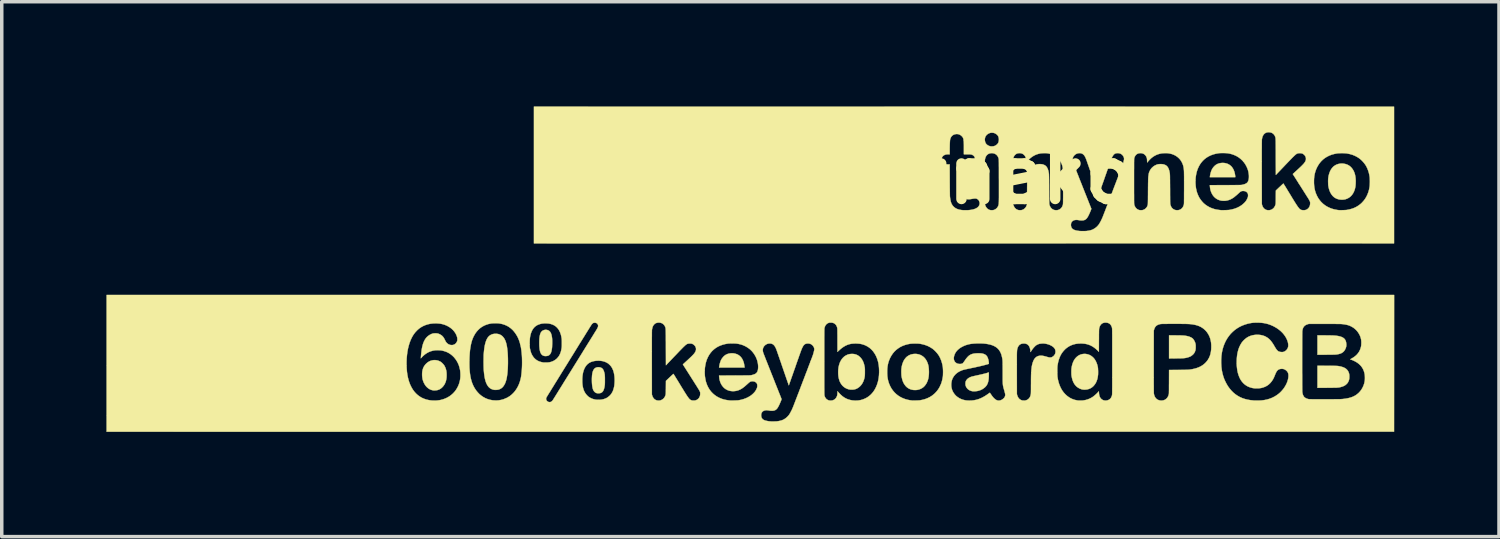
<source format=kicad_pcb>
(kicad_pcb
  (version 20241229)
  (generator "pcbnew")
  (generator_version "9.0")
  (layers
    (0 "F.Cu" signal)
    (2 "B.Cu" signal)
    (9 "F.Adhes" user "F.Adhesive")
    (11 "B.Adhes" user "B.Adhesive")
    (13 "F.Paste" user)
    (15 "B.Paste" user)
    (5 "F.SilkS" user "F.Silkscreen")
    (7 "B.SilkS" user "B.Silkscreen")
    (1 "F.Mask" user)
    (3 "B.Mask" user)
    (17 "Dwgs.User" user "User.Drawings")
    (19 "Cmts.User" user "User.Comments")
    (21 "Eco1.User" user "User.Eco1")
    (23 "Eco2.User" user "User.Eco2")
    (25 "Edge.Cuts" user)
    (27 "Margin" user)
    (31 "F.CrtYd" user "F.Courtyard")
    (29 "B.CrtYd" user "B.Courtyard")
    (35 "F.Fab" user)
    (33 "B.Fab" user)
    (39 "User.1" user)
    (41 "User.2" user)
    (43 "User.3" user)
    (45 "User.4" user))
  (footprint "Tinyneko"
    (layer "F.Cu")
    (at 24.57 1.961)
    (property "Reference" "Tinyneko" (at 0 0 0) (layer "F.SilkS") (effects (font (size 1.524 1.524) (thickness 0.3))))
    (attr through_hole)
    (fp_poly (pts (xy -6.601 5.113) (xy -6.554 5.122) (xy -6.509 5.137) (xy -6.489 5.145) (xy -6.449 5.169) (xy -6.413 5.198) (xy -6.382 5.232) (xy -6.355 5.272) (xy -6.332 5.318) (xy -6.314 5.368) (xy -6.308 5.388) (xy -6.304 5.406) (xy -6.3 5.427) (xy -6.296 5.449) (xy -6.293 5.47) (xy -6.29 5.489) (xy -6.289 5.504) (xy -6.288 5.51) (xy -6.288 5.519) (xy -7.017 5.519) (xy -7.016 5.509) (xy -7.015 5.501) (xy -7.013 5.488) (xy -7.01 5.473) (xy -7.01 5.472) (xy -7.003 5.433) (xy -6.993 5.393) (xy -6.981 5.355) (xy -6.968 5.32) (xy -6.959 5.3) (xy -6.937 5.263) (xy -6.911 5.229) (xy -6.882 5.197) (xy -6.85 5.17) (xy -6.827 5.155) (xy -6.786 5.135) (xy -6.742 5.121) (xy -6.696 5.113) (xy -6.648 5.11) (xy -6.601 5.113)) (stroke (width 0.01) (type solid)) (fill yes) (layer "F.SilkS"))
    (fp_poly (pts (xy 7.46 -0.341) (xy 7.507 -0.332) (xy 7.552 -0.317) (xy 7.572 -0.308) (xy 7.611 -0.285) (xy 7.647 -0.256) (xy 7.679 -0.221) (xy 7.706 -0.181) (xy 7.729 -0.136) (xy 7.747 -0.086) (xy 7.752 -0.066) (xy 7.757 -0.048) (xy 7.761 -0.027) (xy 7.765 -0.005) (xy 7.768 0.017) (xy 7.771 0.036) (xy 7.772 0.05) (xy 7.772 0.056) (xy 7.772 0.065) (xy 7.043 0.065) (xy 7.045 0.055) (xy 7.046 0.047) (xy 7.048 0.034) (xy 7.05 0.019) (xy 7.05 0.018) (xy 7.058 -0.021) (xy 7.068 -0.06) (xy 7.079 -0.099) (xy 7.093 -0.134) (xy 7.102 -0.154) (xy 7.123 -0.19) (xy 7.149 -0.225) (xy 7.179 -0.257) (xy 7.21 -0.283) (xy 7.234 -0.299) (xy 7.275 -0.319) (xy 7.318 -0.333) (xy 7.365 -0.341) (xy 7.412 -0.344) (xy 7.46 -0.341)) (stroke (width 0.01) (type solid)) (fill yes) (layer "F.SilkS"))
    (fp_poly (pts (xy 10.326 4.597) (xy 10.387 4.598) (xy 10.441 4.598) (xy 10.489 4.599) (xy 10.532 4.6) (xy 10.57 4.601) (xy 10.604 4.603) (xy 10.634 4.605) (xy 10.662 4.608) (xy 10.687 4.611) (xy 10.711 4.615) (xy 10.734 4.619) (xy 10.757 4.625) (xy 10.766 4.627) (xy 10.809 4.64) (xy 10.847 4.657) (xy 10.878 4.677) (xy 10.904 4.701) (xy 10.923 4.729) (xy 10.938 4.761) (xy 10.948 4.799) (xy 10.953 4.841) (xy 10.954 4.848) (xy 10.954 4.887) (xy 10.949 4.923) (xy 10.939 4.956) (xy 10.929 4.981) (xy 10.91 5.017) (xy 10.889 5.047) (xy 10.865 5.072) (xy 10.837 5.093) (xy 10.805 5.111) (xy 10.767 5.125) (xy 10.724 5.136) (xy 10.679 5.144) (xy 10.669 5.145) (xy 10.659 5.146) (xy 10.646 5.147) (xy 10.631 5.148) (xy 10.614 5.149) (xy 10.592 5.149) (xy 10.567 5.15) (xy 10.537 5.15) (xy 10.501 5.151) (xy 10.46 5.151) (xy 10.413 5.151) (xy 10.382 5.152) (xy 10.127 5.153) (xy 10.127 4.597) (xy 10.326 4.597)) (stroke (width 0.01) (type solid)) (fill yes) (layer "F.SilkS"))
    (fp_poly (pts (xy -11.962 4.44) (xy -11.959 4.44) (xy -11.928 4.447) (xy -11.902 4.458) (xy -11.879 4.474) (xy -11.859 4.496) (xy -11.842 4.523) (xy -11.828 4.555) (xy -11.817 4.594) (xy -11.808 4.639) (xy -11.803 4.674) (xy -11.801 4.695) (xy -11.8 4.723) (xy -11.799 4.755) (xy -11.799 4.789) (xy -11.799 4.825) (xy -11.8 4.861) (xy -11.801 4.894) (xy -11.802 4.925) (xy -11.804 4.95) (xy -11.805 4.959) (xy -11.812 5.007) (xy -11.821 5.049) (xy -11.831 5.084) (xy -11.844 5.113) (xy -11.86 5.137) (xy -11.878 5.157) (xy -11.898 5.171) (xy -11.922 5.182) (xy -11.945 5.187) (xy -11.971 5.19) (xy -11.998 5.191) (xy -12.022 5.188) (xy -12.027 5.187) (xy -12.056 5.178) (xy -12.081 5.164) (xy -12.102 5.145) (xy -12.12 5.12) (xy -12.135 5.09) (xy -12.147 5.054) (xy -12.156 5.011) (xy -12.161 4.975) (xy -12.165 4.934) (xy -12.168 4.889) (xy -12.169 4.841) (xy -12.169 4.792) (xy -12.168 4.745) (xy -12.166 4.699) (xy -12.162 4.658) (xy -12.157 4.624) (xy -12.148 4.58) (xy -12.136 4.542) (xy -12.12 4.51) (xy -12.1 4.485) (xy -12.077 4.465) (xy -12.05 4.451) (xy -12.019 4.442) (xy -12.013 4.441) (xy -11.987 4.438) (xy -11.962 4.44)) (stroke (width 0.01) (type solid)) (fill yes) (layer "F.SilkS"))
    (fp_poly (pts (xy -10.435 5.513) (xy -10.406 5.521) (xy -10.38 5.534) (xy -10.359 5.551) (xy -10.357 5.553) (xy -10.339 5.577) (xy -10.324 5.608) (xy -10.311 5.645) (xy -10.3 5.689) (xy -10.295 5.716) (xy -10.293 5.733) (xy -10.292 5.756) (xy -10.29 5.784) (xy -10.289 5.815) (xy -10.289 5.848) (xy -10.289 5.883) (xy -10.289 5.917) (xy -10.289 5.949) (xy -10.29 5.978) (xy -10.291 6.003) (xy -10.293 6.023) (xy -10.294 6.027) (xy -10.301 6.076) (xy -10.311 6.118) (xy -10.323 6.154) (xy -10.336 6.184) (xy -10.352 6.208) (xy -10.371 6.227) (xy -10.393 6.241) (xy -10.416 6.25) (xy -10.433 6.254) (xy -10.455 6.257) (xy -10.478 6.258) (xy -10.499 6.257) (xy -10.509 6.256) (xy -10.541 6.247) (xy -10.568 6.231) (xy -10.592 6.21) (xy -10.612 6.182) (xy -10.628 6.149) (xy -10.633 6.135) (xy -10.641 6.105) (xy -10.648 6.069) (xy -10.654 6.028) (xy -10.658 5.984) (xy -10.661 5.937) (xy -10.662 5.888) (xy -10.662 5.84) (xy -10.66 5.793) (xy -10.657 5.748) (xy -10.652 5.706) (xy -10.644 5.665) (xy -10.633 5.627) (xy -10.619 5.595) (xy -10.602 5.568) (xy -10.584 5.546) (xy -10.579 5.543) (xy -10.555 5.527) (xy -10.527 5.516) (xy -10.497 5.51) (xy -10.466 5.509) (xy -10.435 5.513)) (stroke (width 0.01) (type solid)) (fill yes) (layer "F.SilkS"))
    (fp_poly (pts (xy 6.042 4.597) (xy 6.1 4.598) (xy 6.15 4.598) (xy 6.195 4.599) (xy 6.235 4.6) (xy 6.27 4.602) (xy 6.301 4.604) (xy 6.329 4.607) (xy 6.355 4.611) (xy 6.379 4.615) (xy 6.402 4.62) (xy 6.417 4.623) (xy 6.454 4.635) (xy 6.489 4.649) (xy 6.52 4.665) (xy 6.546 4.683) (xy 6.553 4.689) (xy 6.573 4.712) (xy 6.592 4.741) (xy 6.609 4.773) (xy 6.623 4.807) (xy 6.63 4.832) (xy 6.633 4.845) (xy 6.635 4.857) (xy 6.637 4.871) (xy 6.638 4.886) (xy 6.638 4.906) (xy 6.638 4.929) (xy 6.638 4.962) (xy 6.636 4.988) (xy 6.633 5.011) (xy 6.628 5.032) (xy 6.621 5.052) (xy 6.612 5.074) (xy 6.607 5.084) (xy 6.598 5.1) (xy 6.589 5.114) (xy 6.578 5.128) (xy 6.563 5.144) (xy 6.561 5.146) (xy 6.533 5.17) (xy 6.505 5.191) (xy 6.473 5.207) (xy 6.437 5.221) (xy 6.395 5.233) (xy 6.394 5.234) (xy 6.376 5.238) (xy 6.359 5.242) (xy 6.343 5.245) (xy 6.326 5.247) (xy 6.308 5.25) (xy 6.289 5.251) (xy 6.266 5.253) (xy 6.241 5.254) (xy 6.212 5.255) (xy 6.177 5.256) (xy 6.138 5.256) (xy 6.092 5.257) (xy 6.073 5.257) (xy 5.875 5.259) (xy 5.875 4.597) (xy 6.042 4.597)) (stroke (width 0.01) (type solid)) (fill yes) (layer "F.SilkS"))
    (fp_poly (pts (xy -1.361 5.13) (xy -1.308 5.139) (xy -1.26 5.154) (xy -1.215 5.176) (xy -1.174 5.203) (xy -1.137 5.236) (xy -1.104 5.276) (xy -1.092 5.293) (xy -1.066 5.337) (xy -1.046 5.383) (xy -1.029 5.433) (xy -1.017 5.487) (xy -1.01 5.546) (xy -1.006 5.61) (xy -1.005 5.646) (xy -1.007 5.712) (xy -1.013 5.773) (xy -1.022 5.829) (xy -1.036 5.881) (xy -1.055 5.929) (xy -1.077 5.975) (xy -1.095 6.003) (xy -1.126 6.044) (xy -1.161 6.079) (xy -1.201 6.108) (xy -1.244 6.131) (xy -1.29 6.148) (xy -1.34 6.16) (xy -1.391 6.164) (xy -1.444 6.162) (xy -1.457 6.161) (xy -1.507 6.151) (xy -1.553 6.135) (xy -1.596 6.113) (xy -1.635 6.085) (xy -1.67 6.051) (xy -1.701 6.011) (xy -1.729 5.966) (xy -1.752 5.915) (xy -1.77 5.86) (xy -1.784 5.799) (xy -1.791 5.759) (xy -1.793 5.738) (xy -1.794 5.712) (xy -1.795 5.683) (xy -1.796 5.652) (xy -1.796 5.621) (xy -1.795 5.591) (xy -1.794 5.565) (xy -1.792 5.546) (xy -1.783 5.485) (xy -1.769 5.428) (xy -1.75 5.374) (xy -1.728 5.325) (xy -1.701 5.281) (xy -1.671 5.243) (xy -1.638 5.21) (xy -1.631 5.205) (xy -1.59 5.177) (xy -1.546 5.155) (xy -1.499 5.14) (xy -1.449 5.131) (xy -1.398 5.128) (xy -1.361 5.13)) (stroke (width 0.01) (type solid)) (fill yes) (layer "F.SilkS"))
    (fp_poly (pts (xy 10.867 -0.323) (xy 10.92 -0.314) (xy 10.969 -0.299) (xy 11.014 -0.278) (xy 11.055 -0.251) (xy 11.092 -0.217) (xy 11.124 -0.178) (xy 11.137 -0.16) (xy 11.162 -0.117) (xy 11.183 -0.07) (xy 11.199 -0.021) (xy 11.211 0.034) (xy 11.219 0.092) (xy 11.223 0.156) (xy 11.223 0.192) (xy 11.221 0.259) (xy 11.216 0.32) (xy 11.206 0.376) (xy 11.192 0.427) (xy 11.174 0.475) (xy 11.151 0.521) (xy 11.133 0.55) (xy 11.102 0.59) (xy 11.067 0.625) (xy 11.027 0.654) (xy 10.984 0.677) (xy 10.938 0.695) (xy 10.889 0.706) (xy 10.837 0.71) (xy 10.784 0.708) (xy 10.771 0.707) (xy 10.722 0.697) (xy 10.675 0.681) (xy 10.632 0.659) (xy 10.593 0.631) (xy 10.558 0.597) (xy 10.527 0.557) (xy 10.5 0.512) (xy 10.477 0.462) (xy 10.458 0.406) (xy 10.444 0.345) (xy 10.437 0.305) (xy 10.435 0.284) (xy 10.434 0.259) (xy 10.433 0.229) (xy 10.432 0.198) (xy 10.432 0.167) (xy 10.433 0.137) (xy 10.434 0.111) (xy 10.436 0.093) (xy 10.445 0.031) (xy 10.46 -0.026) (xy 10.478 -0.08) (xy 10.5 -0.129) (xy 10.527 -0.173) (xy 10.557 -0.211) (xy 10.59 -0.244) (xy 10.597 -0.249) (xy 10.638 -0.277) (xy 10.682 -0.299) (xy 10.73 -0.314) (xy 10.779 -0.323) (xy 10.83 -0.326) (xy 10.867 -0.323)) (stroke (width 0.01) (type solid)) (fill yes) (layer "F.SilkS"))
    (fp_poly (pts (xy -15.142 5.307) (xy -15.095 5.314) (xy -15.05 5.328) (xy -15.005 5.349) (xy -15.005 5.349) (xy -14.983 5.363) (xy -14.96 5.383) (xy -14.937 5.405) (xy -14.915 5.429) (xy -14.897 5.452) (xy -14.887 5.467) (xy -14.865 5.51) (xy -14.848 5.555) (xy -14.835 5.602) (xy -14.827 5.653) (xy -14.824 5.709) (xy -14.824 5.758) (xy -14.827 5.815) (xy -14.835 5.866) (xy -14.846 5.913) (xy -14.862 5.956) (xy -14.882 5.997) (xy -14.897 6.022) (xy -14.928 6.063) (xy -14.962 6.098) (xy -14.999 6.127) (xy -15.039 6.149) (xy -15.082 6.164) (xy -15.086 6.165) (xy -15.102 6.168) (xy -15.121 6.171) (xy -15.143 6.173) (xy -15.164 6.174) (xy -15.183 6.175) (xy -15.197 6.174) (xy -15.2 6.174) (xy -15.209 6.172) (xy -15.221 6.17) (xy -15.231 6.168) (xy -15.272 6.157) (xy -15.311 6.139) (xy -15.349 6.115) (xy -15.385 6.085) (xy -15.418 6.05) (xy -15.447 6.009) (xy -15.473 5.963) (xy -15.477 5.954) (xy -15.495 5.911) (xy -15.509 5.867) (xy -15.518 5.82) (xy -15.524 5.769) (xy -15.526 5.735) (xy -15.525 5.675) (xy -15.519 5.62) (xy -15.507 5.569) (xy -15.49 5.521) (xy -15.466 5.478) (xy -15.437 5.437) (xy -15.403 5.402) (xy -15.365 5.37) (xy -15.323 5.344) (xy -15.28 5.325) (xy -15.234 5.313) (xy -15.188 5.306) (xy -15.142 5.307)) (stroke (width 0.01) (type solid)) (fill yes) (layer "F.SilkS"))
    (fp_poly (pts (xy 10.406 5.469) (xy 10.458 5.469) (xy 10.503 5.47) (xy 10.542 5.47) (xy 10.576 5.47) (xy 10.604 5.471) (xy 10.628 5.471) (xy 10.649 5.472) (xy 10.666 5.472) (xy 10.68 5.473) (xy 10.692 5.474) (xy 10.703 5.474) (xy 10.712 5.475) (xy 10.722 5.477) (xy 10.731 5.478) (xy 10.733 5.478) (xy 10.789 5.489) (xy 10.839 5.503) (xy 10.883 5.519) (xy 10.921 5.539) (xy 10.953 5.562) (xy 10.979 5.588) (xy 11 5.617) (xy 11.011 5.636) (xy 11.021 5.659) (xy 11.028 5.679) (xy 11.034 5.698) (xy 11.037 5.719) (xy 11.039 5.742) (xy 11.04 5.77) (xy 11.04 5.78) (xy 11.039 5.813) (xy 11.037 5.84) (xy 11.033 5.863) (xy 11.027 5.885) (xy 11.018 5.908) (xy 11.008 5.929) (xy 11 5.945) (xy 10.991 5.959) (xy 10.979 5.973) (xy 10.964 5.989) (xy 10.962 5.991) (xy 10.937 6.014) (xy 10.909 6.033) (xy 10.879 6.049) (xy 10.845 6.063) (xy 10.804 6.075) (xy 10.801 6.076) (xy 10.787 6.08) (xy 10.775 6.083) (xy 10.762 6.086) (xy 10.75 6.088) (xy 10.736 6.09) (xy 10.722 6.092) (xy 10.706 6.093) (xy 10.687 6.095) (xy 10.666 6.096) (xy 10.641 6.096) (xy 10.612 6.097) (xy 10.578 6.097) (xy 10.54 6.098) (xy 10.495 6.098) (xy 10.444 6.098) (xy 10.409 6.099) (xy 10.127 6.1) (xy 10.127 5.468) (xy 10.406 5.469)) (stroke (width 0.01) (type solid)) (fill yes) (layer "F.SilkS"))
    (fp_poly (pts (xy 0.71 5.664) (xy 0.711 5.674) (xy 0.711 5.688) (xy 0.711 5.706) (xy 0.711 5.728) (xy 0.711 5.75) (xy 0.71 5.773) (xy 0.709 5.796) (xy 0.708 5.817) (xy 0.707 5.834) (xy 0.706 5.846) (xy 0.699 5.895) (xy 0.689 5.938) (xy 0.676 5.976) (xy 0.66 6.01) (xy 0.64 6.041) (xy 0.615 6.07) (xy 0.603 6.082) (xy 0.562 6.116) (xy 0.516 6.145) (xy 0.466 6.168) (xy 0.412 6.185) (xy 0.381 6.192) (xy 0.359 6.195) (xy 0.333 6.198) (xy 0.305 6.199) (xy 0.279 6.2) (xy 0.256 6.199) (xy 0.24 6.197) (xy 0.2 6.188) (xy 0.163 6.173) (xy 0.129 6.152) (xy 0.1 6.127) (xy 0.076 6.098) (xy 0.058 6.066) (xy 0.045 6.03) (xy 0.045 6.028) (xy 0.042 6.005) (xy 0.041 5.978) (xy 0.043 5.951) (xy 0.047 5.926) (xy 0.049 5.919) (xy 0.061 5.892) (xy 0.08 5.866) (xy 0.104 5.841) (xy 0.134 5.819) (xy 0.168 5.8) (xy 0.206 5.785) (xy 0.233 5.777) (xy 0.246 5.773) (xy 0.266 5.769) (xy 0.29 5.763) (xy 0.318 5.757) (xy 0.348 5.75) (xy 0.379 5.743) (xy 0.399 5.739) (xy 0.449 5.728) (xy 0.492 5.718) (xy 0.53 5.709) (xy 0.563 5.701) (xy 0.592 5.694) (xy 0.618 5.687) (xy 0.641 5.681) (xy 0.662 5.674) (xy 0.666 5.673) (xy 0.682 5.668) (xy 0.696 5.664) (xy 0.705 5.661) (xy 0.709 5.661) (xy 0.71 5.664)) (stroke (width 0.01) (type solid)) (fill yes) (layer "F.SilkS"))
    (fp_poly (pts (xy -3.159 5.132) (xy -3.127 5.137) (xy -3.127 5.137) (xy -3.084 5.151) (xy -3.045 5.169) (xy -3.01 5.193) (xy -2.976 5.224) (xy -2.966 5.234) (xy -2.935 5.271) (xy -2.909 5.312) (xy -2.887 5.358) (xy -2.868 5.41) (xy -2.854 5.467) (xy -2.848 5.497) (xy -2.845 5.511) (xy -2.843 5.525) (xy -2.842 5.539) (xy -2.841 5.554) (xy -2.84 5.572) (xy -2.84 5.594) (xy -2.84 5.621) (xy -2.84 5.642) (xy -2.84 5.682) (xy -2.841 5.716) (xy -2.842 5.746) (xy -2.845 5.772) (xy -2.849 5.797) (xy -2.854 5.821) (xy -2.861 5.847) (xy -2.865 5.862) (xy -2.883 5.913) (xy -2.906 5.96) (xy -2.933 6.003) (xy -2.965 6.042) (xy -3 6.075) (xy -3.038 6.103) (xy -3.079 6.126) (xy -3.123 6.142) (xy -3.13 6.143) (xy -3.153 6.148) (xy -3.181 6.151) (xy -3.211 6.152) (xy -3.24 6.152) (xy -3.264 6.15) (xy -3.315 6.14) (xy -3.362 6.123) (xy -3.407 6.1) (xy -3.447 6.071) (xy -3.484 6.037) (xy -3.516 5.997) (xy -3.543 5.953) (xy -3.566 5.903) (xy -3.575 5.876) (xy -3.589 5.823) (xy -3.599 5.766) (xy -3.604 5.705) (xy -3.605 5.643) (xy -3.603 5.582) (xy -3.596 5.522) (xy -3.584 5.464) (xy -3.573 5.425) (xy -3.553 5.369) (xy -3.527 5.319) (xy -3.498 5.274) (xy -3.464 5.235) (xy -3.427 5.201) (xy -3.385 5.174) (xy -3.34 5.152) (xy -3.3 5.139) (xy -3.268 5.133) (xy -3.232 5.13) (xy -3.195 5.129) (xy -3.159 5.132)) (stroke (width 0.01) (type solid)) (fill yes) (layer "F.SilkS"))
    (fp_poly (pts (xy 3.485 5.129) (xy 3.496 5.131) (xy 3.546 5.141) (xy 3.592 5.157) (xy 3.636 5.18) (xy 3.675 5.209) (xy 3.712 5.243) (xy 3.744 5.283) (xy 3.772 5.329) (xy 3.796 5.38) (xy 3.816 5.435) (xy 3.831 5.495) (xy 3.834 5.51) (xy 3.837 5.53) (xy 3.839 5.555) (xy 3.84 5.584) (xy 3.842 5.616) (xy 3.842 5.648) (xy 3.842 5.679) (xy 3.841 5.708) (xy 3.84 5.732) (xy 3.839 5.735) (xy 3.83 5.799) (xy 3.817 5.857) (xy 3.799 5.909) (xy 3.777 5.957) (xy 3.749 6.001) (xy 3.717 6.041) (xy 3.711 6.048) (xy 3.674 6.081) (xy 3.634 6.108) (xy 3.589 6.129) (xy 3.543 6.143) (xy 3.523 6.147) (xy 3.499 6.15) (xy 3.472 6.152) (xy 3.447 6.153) (xy 3.424 6.152) (xy 3.41 6.15) (xy 3.376 6.144) (xy 3.345 6.134) (xy 3.313 6.121) (xy 3.307 6.118) (xy 3.264 6.093) (xy 3.224 6.063) (xy 3.19 6.027) (xy 3.159 5.986) (xy 3.133 5.938) (xy 3.112 5.886) (xy 3.095 5.827) (xy 3.082 5.763) (xy 3.08 5.748) (xy 3.078 5.729) (xy 3.077 5.706) (xy 3.076 5.678) (xy 3.076 5.649) (xy 3.076 5.619) (xy 3.077 5.59) (xy 3.078 5.565) (xy 3.08 5.545) (xy 3.08 5.541) (xy 3.091 5.476) (xy 3.107 5.416) (xy 3.127 5.361) (xy 3.152 5.311) (xy 3.181 5.267) (xy 3.214 5.229) (xy 3.251 5.196) (xy 3.293 5.169) (xy 3.315 5.158) (xy 3.354 5.143) (xy 3.397 5.133) (xy 3.441 5.128) (xy 3.485 5.129)) (stroke (width 0.01) (type solid)) (fill yes) (layer "F.SilkS"))
    (fp_poly (pts (xy -13.385 4.553) (xy -13.357 4.557) (xy -13.337 4.561) (xy -13.297 4.575) (xy -13.26 4.595) (xy -13.227 4.621) (xy -13.197 4.654) (xy -13.17 4.692) (xy -13.147 4.737) (xy -13.127 4.788) (xy -13.111 4.845) (xy -13.097 4.909) (xy -13.096 4.917) (xy -13.088 4.973) (xy -13.081 5.036) (xy -13.075 5.103) (xy -13.071 5.174) (xy -13.068 5.248) (xy -13.067 5.324) (xy -13.067 5.4) (xy -13.069 5.476) (xy -13.072 5.55) (xy -13.077 5.621) (xy -13.083 5.688) (xy -13.087 5.722) (xy -13.098 5.794) (xy -13.111 5.859) (xy -13.128 5.917) (xy -13.147 5.969) (xy -13.17 6.014) (xy -13.196 6.054) (xy -13.224 6.087) (xy -13.256 6.113) (xy -13.292 6.134) (xy -13.33 6.149) (xy -13.338 6.151) (xy -13.36 6.155) (xy -13.386 6.158) (xy -13.413 6.16) (xy -13.439 6.16) (xy -13.461 6.158) (xy -13.464 6.158) (xy -13.508 6.147) (xy -13.548 6.131) (xy -13.583 6.109) (xy -13.615 6.081) (xy -13.634 6.059) (xy -13.655 6.028) (xy -13.674 5.994) (xy -13.691 5.957) (xy -13.706 5.915) (xy -13.719 5.869) (xy -13.731 5.818) (xy -13.74 5.761) (xy -13.749 5.699) (xy -13.756 5.63) (xy -13.76 5.579) (xy -13.761 5.557) (xy -13.762 5.529) (xy -13.763 5.496) (xy -13.764 5.459) (xy -13.764 5.42) (xy -13.765 5.378) (xy -13.765 5.336) (xy -13.764 5.295) (xy -13.764 5.255) (xy -13.763 5.218) (xy -13.763 5.184) (xy -13.762 5.155) (xy -13.761 5.132) (xy -13.76 5.127) (xy -13.753 5.049) (xy -13.745 4.978) (xy -13.735 4.914) (xy -13.723 4.856) (xy -13.709 4.803) (xy -13.694 4.757) (xy -13.677 4.717) (xy -13.658 4.681) (xy -13.637 4.651) (xy -13.634 4.646) (xy -13.604 4.615) (xy -13.571 4.591) (xy -13.533 4.572) (xy -13.5 4.561) (xy -13.475 4.556) (xy -13.447 4.553) (xy -13.416 4.552) (xy -13.385 4.553)) (stroke (width 0.01) (type solid)) (fill yes) (layer "F.SilkS"))
    (fp_poly (pts (xy -0.000455 -1.955) (xy 12.321 -1.954) (xy 12.321 1.961) (xy -0.000453 1.962) (xy -12.322 1.963) (xy -12.322 1.439) (xy 3.063 1.439) (xy 3.063 1.444) (xy 3.068 1.475) (xy 3.077 1.503) (xy 3.09 1.527) (xy 3.109 1.547) (xy 3.134 1.564) (xy 3.165 1.578) (xy 3.201 1.59) (xy 3.244 1.599) (xy 3.265 1.602) (xy 3.283 1.604) (xy 3.3 1.606) (xy 3.313 1.608) (xy 3.318 1.609) (xy 3.334 1.609) (xy 3.354 1.61) (xy 3.379 1.61) (xy 3.406 1.61) (xy 3.434 1.61) (xy 3.46 1.61) (xy 3.484 1.609) (xy 3.503 1.608) (xy 3.513 1.607) (xy 3.563 1.6) (xy 3.611 1.591) (xy 3.654 1.578) (xy 3.692 1.563) (xy 3.699 1.559) (xy 3.742 1.534) (xy 3.784 1.504) (xy 3.822 1.469) (xy 3.855 1.43) (xy 3.871 1.408) (xy 3.884 1.386) (xy 3.899 1.36) (xy 3.916 1.33) (xy 3.932 1.297) (xy 3.948 1.264) (xy 3.963 1.231) (xy 3.974 1.205) (xy 3.978 1.196) (xy 3.983 1.182) (xy 3.991 1.162) (xy 4.001 1.136) (xy 4.013 1.104) (xy 4.027 1.069) (xy 4.043 1.028) (xy 4.06 0.984) (xy 4.078 0.936) (xy 4.098 0.885) (xy 4.118 0.831) (xy 4.14 0.775) (xy 4.162 0.716) (xy 4.185 0.656) (xy 4.209 0.595) (xy 4.233 0.533) (xy 4.257 0.471) (xy 4.28 0.408) (xy 4.304 0.346) (xy 4.328 0.284) (xy 4.351 0.224) (xy 4.366 0.185) (xy 4.871 0.185) (xy 4.871 0.265) (xy 4.871 0.339) (xy 4.871 0.406) (xy 4.871 0.466) (xy 4.871 0.521) (xy 4.872 0.57) (xy 4.872 0.613) (xy 4.872 0.652) (xy 4.872 0.686) (xy 4.872 0.716) (xy 4.872 0.742) (xy 4.873 0.764) (xy 4.873 0.782) (xy 4.873 0.798) (xy 4.874 0.811) (xy 4.874 0.822) (xy 4.875 0.83) (xy 4.875 0.837) (xy 4.876 0.843) (xy 4.876 0.847) (xy 4.877 0.851) (xy 4.878 0.855) (xy 4.891 0.893) (xy 4.91 0.927) (xy 4.933 0.956) (xy 4.96 0.979) (xy 4.991 0.997) (xy 5.018 1.007) (xy 5.039 1.01) (xy 5.063 1.012) (xy 5.088 1.011) (xy 5.112 1.009) (xy 5.122 1.007) (xy 5.151 0.997) (xy 5.175 0.984) (xy 5.199 0.966) (xy 5.209 0.956) (xy 5.23 0.933) (xy 5.246 0.908) (xy 5.258 0.879) (xy 5.264 0.862) (xy 5.265 0.858) (xy 5.266 0.853) (xy 5.266 0.847) (xy 5.267 0.839) (xy 5.268 0.829) (xy 5.268 0.816) (xy 5.269 0.801) (xy 5.269 0.782) (xy 5.27 0.759) (xy 5.27 0.731) (xy 5.271 0.699) (xy 5.271 0.662) (xy 5.271 0.619) (xy 5.272 0.57) (xy 5.272 0.514) (xy 5.272 0.477) (xy 5.273 0.414) (xy 5.273 0.357) (xy 5.274 0.306) (xy 5.274 0.262) (xy 5.275 0.222) (xy 5.276 0.187) (xy 5.276 0.157) (xy 5.277 0.13) (xy 5.278 0.107) (xy 5.279 0.086) (xy 5.28 0.068) (xy 5.281 0.052) (xy 5.283 0.036) (xy 5.285 0.022) (xy 5.287 0.008) (xy 5.289 -0.006) (xy 5.289 -0.007) (xy 5.294 -0.035) (xy 5.299 -0.058) (xy 5.306 -0.079) (xy 5.315 -0.101) (xy 5.321 -0.113) (xy 5.335 -0.138) (xy 5.348 -0.16) (xy 5.362 -0.179) (xy 5.379 -0.199) (xy 5.382 -0.202) (xy 5.418 -0.235) (xy 5.458 -0.263) (xy 5.501 -0.285) (xy 5.545 -0.301) (xy 5.546 -0.302) (xy 5.571 -0.306) (xy 5.6 -0.309) (xy 5.631 -0.31) (xy 5.663 -0.309) (xy 5.692 -0.306) (xy 5.716 -0.302) (xy 5.749 -0.291) (xy 5.779 -0.278) (xy 5.804 -0.26) (xy 5.826 -0.238) (xy 5.845 -0.21) (xy 5.861 -0.178) (xy 5.875 -0.14) (xy 5.886 -0.096) (xy 5.895 -0.047) (xy 5.896 -0.041) (xy 5.897 -0.033) (xy 5.898 -0.024) (xy 5.898 -0.013) (xy 5.899 -0.001) (xy 5.9 0.015) (xy 5.9 0.034) (xy 5.901 0.056) (xy 5.901 0.082) (xy 5.901 0.112) (xy 5.902 0.147) (xy 5.902 0.187) (xy 5.902 0.233) (xy 5.903 0.284) (xy 5.903 0.342) (xy 5.904 0.407) (xy 5.904 0.41) (xy 5.904 0.474) (xy 5.904 0.531) (xy 5.904 0.582) (xy 5.905 0.627) (xy 5.905 0.666) (xy 5.905 0.7) (xy 5.906 0.729) (xy 5.906 0.754) (xy 5.906 0.775) (xy 5.907 0.792) (xy 5.907 0.807) (xy 5.908 0.818) (xy 5.908 0.828) (xy 5.909 0.835) (xy 5.91 0.841) (xy 5.911 0.846) (xy 5.912 0.851) (xy 5.913 0.855) (xy 5.914 0.857) (xy 5.928 0.896) (xy 5.946 0.93) (xy 5.969 0.958) (xy 5.996 0.98) (xy 6.017 0.992) (xy 6.043 1.003) (xy 6.069 1.009) (xy 6.097 1.012) (xy 6.108 1.012) (xy 6.146 1.009) (xy 6.181 0.999) (xy 6.212 0.983) (xy 6.24 0.961) (xy 6.263 0.934) (xy 6.282 0.901) (xy 6.296 0.862) (xy 6.297 0.86) (xy 6.298 0.856) (xy 6.299 0.852) (xy 6.3 0.848) (xy 6.301 0.842) (xy 6.301 0.836) (xy 6.302 0.827) (xy 6.303 0.817) (xy 6.303 0.805) (xy 6.304 0.789) (xy 6.304 0.771) (xy 6.304 0.749) (xy 6.304 0.722) (xy 6.305 0.692) (xy 6.305 0.656) (xy 6.305 0.616) (xy 6.305 0.569) (xy 6.305 0.517) (xy 6.306 0.458) (xy 6.306 0.396) (xy 6.306 0.322) (xy 6.306 0.256) (xy 6.306 0.232) (xy 6.632 0.232) (xy 6.637 0.31) (xy 6.647 0.385) (xy 6.663 0.458) (xy 6.678 0.51) (xy 6.705 0.579) (xy 6.736 0.644) (xy 6.774 0.703) (xy 6.817 0.758) (xy 6.864 0.809) (xy 6.917 0.854) (xy 6.975 0.893) (xy 7.037 0.928) (xy 7.103 0.956) (xy 7.174 0.979) (xy 7.196 0.985) (xy 7.215 0.989) (xy 7.239 0.994) (xy 7.267 0.998) (xy 7.295 1.003) (xy 7.322 1.006) (xy 7.346 1.009) (xy 7.355 1.01) (xy 7.369 1.011) (xy 7.389 1.011) (xy 7.413 1.011) (xy 7.44 1.011) (xy 7.469 1.01) (xy 7.499 1.01) (xy 7.527 1.009) (xy 7.553 1.007) (xy 7.575 1.006) (xy 7.592 1.005) (xy 7.6 1.004) (xy 7.675 0.989) (xy 7.747 0.97) (xy 7.815 0.945) (xy 7.878 0.915) (xy 7.936 0.88) (xy 7.964 0.86) (xy 7.986 0.842) (xy 8.01 0.821) (xy 8.033 0.799) (xy 8.054 0.777) (xy 8.071 0.756) (xy 8.082 0.741) (xy 8.095 0.721) (xy 8.107 0.698) (xy 8.118 0.674) (xy 8.128 0.652) (xy 8.134 0.633) (xy 8.135 0.627) (xy 8.138 0.607) (xy 8.139 0.584) (xy 8.137 0.562) (xy 8.133 0.542) (xy 8.129 0.529) (xy 8.113 0.506) (xy 8.093 0.487) (xy 8.068 0.473) (xy 8.039 0.464) (xy 8.007 0.46) (xy 7.975 0.461) (xy 7.96 0.464) (xy 7.946 0.467) (xy 7.933 0.473) (xy 7.92 0.482) (xy 7.904 0.494) (xy 7.885 0.511) (xy 7.874 0.521) (xy 7.836 0.556) (xy 7.802 0.586) (xy 7.771 0.611) (xy 7.744 0.634) (xy 7.718 0.653) (xy 7.693 0.669) (xy 7.669 0.683) (xy 7.645 0.696) (xy 7.644 0.697) (xy 7.595 0.717) (xy 7.544 0.732) (xy 7.492 0.741) (xy 7.44 0.743) (xy 7.388 0.74) (xy 7.338 0.73) (xy 7.291 0.714) (xy 7.276 0.708) (xy 7.232 0.683) (xy 7.193 0.654) (xy 7.158 0.62) (xy 7.127 0.58) (xy 7.1 0.533) (xy 7.096 0.525) (xy 7.078 0.484) (xy 7.064 0.442) (xy 7.054 0.398) (xy 7.047 0.349) (xy 7.045 0.324) (xy 7.043 0.294) (xy 7.488 0.293) (xy 7.555 0.293) (xy 7.616 0.292) (xy 7.67 0.292) (xy 7.718 0.292) (xy 7.76 0.292) (xy 7.797 0.291) (xy 7.829 0.291) (xy 7.856 0.291) (xy 7.879 0.29) (xy 7.899 0.29) (xy 7.915 0.29) (xy 7.928 0.289) (xy 7.939 0.288) (xy 7.947 0.288) (xy 7.954 0.287) (xy 7.959 0.286) (xy 7.961 0.286) (xy 8.002 0.276) (xy 8.037 0.266) (xy 8.066 0.254) (xy 8.089 0.241) (xy 8.109 0.226) (xy 8.125 0.208) (xy 8.136 0.19) (xy 8.148 0.161) (xy 8.157 0.127) (xy 8.162 0.089) (xy 8.163 0.047) (xy 8.162 0.003) (xy 8.156 -0.043) (xy 8.148 -0.09) (xy 8.136 -0.136) (xy 8.124 -0.172) (xy 8.096 -0.238) (xy 8.062 -0.3) (xy 8.023 -0.357) (xy 7.978 -0.409) (xy 7.928 -0.456) (xy 7.908 -0.472) (xy 8.531 -0.472) (xy 8.531 -0.389) (xy 8.531 -0.3) (xy 8.531 -0.204) (xy 8.531 -0.101) (xy 8.531 -0.073) (xy 8.533 0.836) (xy 8.541 0.865) (xy 8.554 0.902) (xy 8.573 0.935) (xy 8.596 0.962) (xy 8.623 0.984) (xy 8.654 1) (xy 8.677 1.007) (xy 8.706 1.012) (xy 8.737 1.012) (xy 8.767 1.008) (xy 8.787 1.003) (xy 8.823 0.988) (xy 8.853 0.966) (xy 8.88 0.94) (xy 8.901 0.908) (xy 8.918 0.871) (xy 8.924 0.853) (xy 8.925 0.847) (xy 8.927 0.84) (xy 8.928 0.833) (xy 8.929 0.824) (xy 8.93 0.813) (xy 8.931 0.8) (xy 8.931 0.783) (xy 8.932 0.762) (xy 8.932 0.736) (xy 8.933 0.705) (xy 8.933 0.668) (xy 8.933 0.637) (xy 8.935 0.448) (xy 9.041 0.347) (xy 9.065 0.326) (xy 9.086 0.305) (xy 9.105 0.287) (xy 9.122 0.272) (xy 9.135 0.26) (xy 9.145 0.251) (xy 9.15 0.247) (xy 9.15 0.247) (xy 9.153 0.25) (xy 9.158 0.259) (xy 9.167 0.273) (xy 9.179 0.292) (xy 9.194 0.315) (xy 9.211 0.343) (xy 9.23 0.374) (xy 9.251 0.408) (xy 9.273 0.445) (xy 9.297 0.484) (xy 9.322 0.525) (xy 9.36 0.587) (xy 9.394 0.644) (xy 9.425 0.695) (xy 9.453 0.74) (xy 9.478 0.781) (xy 9.501 0.816) (xy 9.521 0.848) (xy 9.539 0.875) (xy 9.555 0.899) (xy 9.57 0.92) (xy 9.583 0.937) (xy 9.595 0.951) (xy 9.605 0.964) (xy 9.615 0.974) (xy 9.625 0.982) (xy 9.634 0.988) (xy 9.643 0.994) (xy 9.652 0.999) (xy 9.662 1.003) (xy 9.663 1.003) (xy 9.677 1.007) (xy 9.697 1.01) (xy 9.718 1.012) (xy 9.741 1.012) (xy 9.761 1.01) (xy 9.77 1.009) (xy 9.803 1) (xy 9.833 0.984) (xy 9.86 0.962) (xy 9.882 0.936) (xy 9.9 0.905) (xy 9.911 0.872) (xy 9.915 0.851) (xy 9.917 0.827) (xy 9.918 0.802) (xy 9.916 0.781) (xy 9.914 0.77) (xy 9.91 0.76) (xy 9.903 0.745) (xy 9.895 0.728) (xy 9.885 0.71) (xy 9.884 0.709) (xy 9.88 0.702) (xy 9.873 0.689) (xy 9.862 0.671) (xy 9.848 0.649) (xy 9.831 0.623) (xy 9.812 0.593) (xy 9.791 0.559) (xy 9.768 0.523) (xy 9.744 0.485) (xy 9.719 0.445) (xy 9.693 0.404) (xy 9.666 0.362) (xy 9.64 0.32) (xy 9.613 0.279) (xy 9.587 0.238) (xy 9.562 0.198) (xy 9.539 0.162) (xy 10.027 0.162) (xy 10.027 0.239) (xy 10.032 0.312) (xy 10.041 0.38) (xy 10.055 0.445) (xy 10.074 0.508) (xy 10.084 0.534) (xy 10.114 0.602) (xy 10.149 0.666) (xy 10.19 0.724) (xy 10.236 0.778) (xy 10.287 0.827) (xy 10.342 0.87) (xy 10.402 0.908) (xy 10.467 0.94) (xy 10.535 0.967) (xy 10.608 0.988) (xy 10.684 1.003) (xy 10.724 1.009) (xy 10.741 1.01) (xy 10.763 1.011) (xy 10.79 1.011) (xy 10.819 1.011) (xy 10.85 1.01) (xy 10.881 1.01) (xy 10.909 1.008) (xy 10.935 1.007) (xy 10.956 1.005) (xy 10.967 1.004) (xy 11.044 0.989) (xy 11.116 0.969) (xy 11.183 0.944) (xy 11.246 0.913) (xy 11.305 0.876) (xy 11.36 0.834) (xy 11.395 0.802) (xy 11.444 0.749) (xy 11.488 0.692) (xy 11.526 0.63) (xy 11.558 0.564) (xy 11.585 0.493) (xy 11.606 0.418) (xy 11.621 0.338) (xy 11.621 0.336) (xy 11.624 0.311) (xy 11.626 0.281) (xy 11.627 0.247) (xy 11.628 0.21) (xy 11.628 0.173) (xy 11.627 0.136) (xy 11.626 0.102) (xy 11.624 0.071) (xy 11.621 0.049) (xy 11.61 -0.013) (xy 11.595 -0.075) (xy 11.575 -0.135) (xy 11.553 -0.191) (xy 11.527 -0.244) (xy 11.499 -0.291) (xy 11.498 -0.291) (xy 11.472 -0.328) (xy 11.441 -0.365) (xy 11.408 -0.401) (xy 11.374 -0.434) (xy 11.341 -0.462) (xy 11.322 -0.476) (xy 11.262 -0.515) (xy 11.198 -0.548) (xy 11.129 -0.576) (xy 11.057 -0.597) (xy 10.979 -0.613) (xy 10.966 -0.616) (xy 10.943 -0.618) (xy 10.914 -0.62) (xy 10.882 -0.622) (xy 10.847 -0.623) (xy 10.811 -0.623) (xy 10.776 -0.622) (xy 10.743 -0.621) (xy 10.713 -0.619) (xy 10.69 -0.616) (xy 10.686 -0.616) (xy 10.608 -0.6) (xy 10.534 -0.58) (xy 10.465 -0.553) (xy 10.401 -0.521) (xy 10.341 -0.484) (xy 10.286 -0.441) (xy 10.236 -0.393) (xy 10.19 -0.339) (xy 10.15 -0.28) (xy 10.114 -0.216) (xy 10.113 -0.213) (xy 10.086 -0.153) (xy 10.065 -0.092) (xy 10.048 -0.029) (xy 10.036 0.038) (xy 10.029 0.108) (xy 10.027 0.162) (xy 9.539 0.162) (xy 9.538 0.16) (xy 9.515 0.124) (xy 9.494 0.091) (xy 9.475 0.061) (xy 9.458 0.035) (xy 9.444 0.013) (xy 9.433 -0.004) (xy 9.426 -0.015) (xy 9.42 -0.024) (xy 9.553 -0.146) (xy 9.593 -0.183) (xy 9.628 -0.216) (xy 9.659 -0.245) (xy 9.685 -0.271) (xy 9.707 -0.294) (xy 9.726 -0.314) (xy 9.742 -0.333) (xy 9.755 -0.35) (xy 9.766 -0.367) (xy 9.776 -0.382) (xy 9.784 -0.398) (xy 9.785 -0.402) (xy 9.794 -0.428) (xy 9.797 -0.457) (xy 9.795 -0.486) (xy 9.79 -0.507) (xy 9.778 -0.536) (xy 9.759 -0.563) (xy 9.735 -0.586) (xy 9.708 -0.605) (xy 9.689 -0.614) (xy 9.672 -0.618) (xy 9.65 -0.621) (xy 9.626 -0.623) (xy 9.601 -0.622) (xy 9.579 -0.62) (xy 9.561 -0.616) (xy 9.553 -0.613) (xy 9.545 -0.61) (xy 9.537 -0.607) (xy 9.529 -0.602) (xy 9.52 -0.596) (xy 9.51 -0.589) (xy 9.499 -0.58) (xy 9.486 -0.568) (xy 9.471 -0.555) (xy 9.454 -0.539) (xy 9.435 -0.52) (xy 9.412 -0.498) (xy 9.387 -0.472) (xy 9.359 -0.443) (xy 9.327 -0.41) (xy 9.29 -0.372) (xy 9.25 -0.33) (xy 9.205 -0.283) (xy 9.169 -0.245) (xy 8.935 -0.000124) (xy 8.933 -0.518) (xy 8.933 -0.591) (xy 8.933 -0.657) (xy 8.933 -0.716) (xy 8.932 -0.769) (xy 8.932 -0.817) (xy 8.932 -0.859) (xy 8.931 -0.896) (xy 8.931 -0.928) (xy 8.931 -0.956) (xy 8.93 -0.98) (xy 8.929 -1.001) (xy 8.929 -1.018) (xy 8.928 -1.033) (xy 8.927 -1.046) (xy 8.926 -1.056) (xy 8.924 -1.064) (xy 8.923 -1.072) (xy 8.921 -1.078) (xy 8.919 -1.084) (xy 8.917 -1.09) (xy 8.915 -1.096) (xy 8.912 -1.102) (xy 8.912 -1.103) (xy 8.895 -1.137) (xy 8.873 -1.165) (xy 8.847 -1.188) (xy 8.816 -1.206) (xy 8.782 -1.217) (xy 8.744 -1.222) (xy 8.73 -1.223) (xy 8.692 -1.22) (xy 8.658 -1.211) (xy 8.627 -1.195) (xy 8.601 -1.174) (xy 8.579 -1.147) (xy 8.56 -1.114) (xy 8.546 -1.076) (xy 8.537 -1.031) (xy 8.534 -1.015) (xy 8.534 -1.009) (xy 8.534 -0.999) (xy 8.533 -0.984) (xy 8.533 -0.964) (xy 8.533 -0.939) (xy 8.532 -0.91) (xy 8.532 -0.875) (xy 8.532 -0.835) (xy 8.532 -0.789) (xy 8.531 -0.738) (xy 8.531 -0.68) (xy 8.531 -0.617) (xy 8.531 -0.548) (xy 8.531 -0.472) (xy 7.908 -0.472) (xy 7.873 -0.499) (xy 7.813 -0.536) (xy 7.792 -0.547) (xy 7.731 -0.574) (xy 7.666 -0.596) (xy 7.596 -0.613) (xy 7.56 -0.619) (xy 7.539 -0.622) (xy 7.513 -0.623) (xy 7.482 -0.625) (xy 7.449 -0.626) (xy 7.415 -0.626) (xy 7.381 -0.626) (xy 7.35 -0.625) (xy 7.322 -0.624) (xy 7.299 -0.622) (xy 7.293 -0.621) (xy 7.215 -0.607) (xy 7.141 -0.587) (xy 7.072 -0.562) (xy 7.008 -0.531) (xy 6.948 -0.495) (xy 6.894 -0.454) (xy 6.844 -0.407) (xy 6.799 -0.355) (xy 6.759 -0.298) (xy 6.724 -0.235) (xy 6.694 -0.167) (xy 6.684 -0.14) (xy 6.663 -0.071) (xy 6.648 0.002) (xy 6.637 0.077) (xy 6.632 0.154) (xy 6.632 0.232) (xy 6.306 0.232) (xy 6.306 0.196) (xy 6.306 0.142) (xy 6.306 0.093) (xy 6.306 0.05) (xy 6.305 0.011) (xy 6.305 -0.023) (xy 6.304 -0.053) (xy 6.304 -0.079) (xy 6.303 -0.103) (xy 6.302 -0.124) (xy 6.3 -0.142) (xy 6.299 -0.159) (xy 6.297 -0.174) (xy 6.296 -0.188) (xy 6.294 -0.202) (xy 6.292 -0.212) (xy 6.283 -0.255) (xy 6.271 -0.294) (xy 6.255 -0.333) (xy 6.249 -0.347) (xy 6.229 -0.384) (xy 6.208 -0.417) (xy 6.185 -0.447) (xy 6.157 -0.477) (xy 6.156 -0.478) (xy 6.113 -0.516) (xy 6.065 -0.549) (xy 6.013 -0.576) (xy 5.957 -0.597) (xy 5.897 -0.612) (xy 5.842 -0.621) (xy 5.817 -0.623) (xy 5.787 -0.623) (xy 5.754 -0.623) (xy 5.721 -0.622) (xy 5.69 -0.62) (xy 5.662 -0.617) (xy 5.65 -0.615) (xy 5.586 -0.6) (xy 5.526 -0.58) (xy 5.469 -0.552) (xy 5.415 -0.519) (xy 5.364 -0.479) (xy 5.315 -0.432) (xy 5.28 -0.392) (xy 5.249 -0.355) (xy 5.246 -0.409) (xy 5.245 -0.432) (xy 5.243 -0.452) (xy 5.241 -0.47) (xy 5.239 -0.482) (xy 5.238 -0.482) (xy 5.225 -0.519) (xy 5.206 -0.551) (xy 5.182 -0.577) (xy 5.155 -0.598) (xy 5.123 -0.613) (xy 5.088 -0.622) (xy 5.056 -0.624) (xy 5.018 -0.621) (xy 4.984 -0.612) (xy 4.954 -0.596) (xy 4.928 -0.575) (xy 4.907 -0.548) (xy 4.889 -0.516) (xy 4.878 -0.483) (xy 4.877 -0.479) (xy 4.876 -0.476) (xy 4.876 -0.471) (xy 4.875 -0.465) (xy 4.874 -0.458) (xy 4.874 -0.449) (xy 4.874 -0.437) (xy 4.873 -0.424) (xy 4.873 -0.407) (xy 4.873 -0.387) (xy 4.872 -0.364) (xy 4.872 -0.337) (xy 4.872 -0.306) (xy 4.872 -0.27) (xy 4.872 -0.23) (xy 4.872 -0.185) (xy 4.871 -0.134) (xy 4.871 -0.077) (xy 4.871 -0.015) (xy 4.871 0.054) (xy 4.871 0.13) (xy 4.871 0.185) (xy 4.366 0.185) (xy 4.373 0.165) (xy 4.395 0.108) (xy 4.416 0.053) (xy 4.436 0.001) (xy 4.454 -0.048) (xy 4.472 -0.093) (xy 4.488 -0.135) (xy 4.502 -0.172) (xy 4.514 -0.205) (xy 4.525 -0.232) (xy 4.533 -0.254) (xy 4.539 -0.271) (xy 4.543 -0.281) (xy 4.544 -0.283) (xy 4.551 -0.305) (xy 4.558 -0.329) (xy 4.565 -0.355) (xy 4.572 -0.381) (xy 4.577 -0.405) (xy 4.582 -0.427) (xy 4.585 -0.445) (xy 4.586 -0.457) (xy 4.586 -0.458) (xy 4.583 -0.488) (xy 4.573 -0.518) (xy 4.557 -0.546) (xy 4.535 -0.572) (xy 4.531 -0.576) (xy 4.503 -0.598) (xy 4.471 -0.613) (xy 4.437 -0.622) (xy 4.407 -0.624) (xy 4.382 -0.623) (xy 4.359 -0.62) (xy 4.338 -0.614) (xy 4.319 -0.605) (xy 4.302 -0.592) (xy 4.285 -0.575) (xy 4.27 -0.554) (xy 4.254 -0.528) (xy 4.238 -0.497) (xy 4.222 -0.46) (xy 4.205 -0.416) (xy 4.189 -0.372) (xy 4.185 -0.361) (xy 4.179 -0.344) (xy 4.171 -0.321) (xy 4.161 -0.293) (xy 4.15 -0.259) (xy 4.136 -0.222) (xy 4.122 -0.18) (xy 4.106 -0.135) (xy 4.089 -0.086) (xy 4.071 -0.035) (xy 4.052 0.018) (xy 4.033 0.072) (xy 4.014 0.128) (xy 4.013 0.13) (xy 3.994 0.185) (xy 3.975 0.238) (xy 3.957 0.288) (xy 3.941 0.336) (xy 3.925 0.38) (xy 3.911 0.421) (xy 3.898 0.458) (xy 3.886 0.491) (xy 3.876 0.519) (xy 3.868 0.542) (xy 3.862 0.559) (xy 3.858 0.571) (xy 3.856 0.576) (xy 3.856 0.576) (xy 3.855 0.573) (xy 3.851 0.563) (xy 3.846 0.547) (xy 3.838 0.525) (xy 3.829 0.498) (xy 3.818 0.467) (xy 3.805 0.43) (xy 3.791 0.389) (xy 3.775 0.345) (xy 3.759 0.297) (xy 3.741 0.246) (xy 3.723 0.192) (xy 3.704 0.136) (xy 3.684 0.078) (xy 3.683 0.077) (xy 3.663 0.018) (xy 3.643 -0.039) (xy 3.624 -0.095) (xy 3.606 -0.148) (xy 3.588 -0.198) (xy 3.572 -0.246) (xy 3.556 -0.29) (xy 3.542 -0.33) (xy 3.53 -0.365) (xy 3.519 -0.396) (xy 3.51 -0.422) (xy 3.503 -0.442) (xy 3.498 -0.455) (xy 3.495 -0.462) (xy 3.477 -0.504) (xy 3.458 -0.539) (xy 3.437 -0.567) (xy 3.415 -0.589) (xy 3.391 -0.605) (xy 3.365 -0.616) (xy 3.335 -0.623) (xy 3.308 -0.624) (xy 3.271 -0.621) (xy 3.235 -0.61) (xy 3.202 -0.594) (xy 3.172 -0.571) (xy 3.147 -0.544) (xy 3.139 -0.533) (xy 3.123 -0.502) (xy 3.113 -0.469) (xy 3.11 -0.433) (xy 3.113 -0.395) (xy 3.122 -0.359) (xy 3.125 -0.353) (xy 3.13 -0.34) (xy 3.137 -0.321) (xy 3.146 -0.296) (xy 3.158 -0.266) (xy 3.172 -0.231) (xy 3.187 -0.192) (xy 3.205 -0.148) (xy 3.224 -0.1) (xy 3.244 -0.048) (xy 3.266 0.007) (xy 3.288 0.064) (xy 3.312 0.125) (xy 3.337 0.187) (xy 3.363 0.252) (xy 3.388 0.316) (xy 3.414 0.381) (xy 3.439 0.445) (xy 3.464 0.507) (xy 3.487 0.566) (xy 3.51 0.622) (xy 3.531 0.676) (xy 3.551 0.726) (xy 3.569 0.772) (xy 3.586 0.814) (xy 3.601 0.852) (xy 3.614 0.885) (xy 3.625 0.913) (xy 3.634 0.935) (xy 3.641 0.952) (xy 3.645 0.963) (xy 3.647 0.967) (xy 3.647 0.967) (xy 3.647 0.972) (xy 3.645 0.981) (xy 3.64 0.995) (xy 3.633 1.014) (xy 3.623 1.039) (xy 3.602 1.089) (xy 3.582 1.132) (xy 3.564 1.17) (xy 3.546 1.202) (xy 3.529 1.228) (xy 3.512 1.25) (xy 3.494 1.267) (xy 3.475 1.281) (xy 3.455 1.291) (xy 3.434 1.298) (xy 3.41 1.302) (xy 3.383 1.304) (xy 3.367 1.304) (xy 3.337 1.303) (xy 3.309 1.3) (xy 3.289 1.296) (xy 3.248 1.29) (xy 3.21 1.289) (xy 3.175 1.293) (xy 3.144 1.302) (xy 3.117 1.317) (xy 3.096 1.336) (xy 3.086 1.348) (xy 3.072 1.374) (xy 3.065 1.405) (xy 3.063 1.439) (xy -12.322 1.439) (xy -12.322 0.004) (xy -12.322 -0.448) (xy -0.637 -0.448) (xy -0.637 -0.43) (xy -0.636 -0.416) (xy -0.634 -0.406) (xy -0.631 -0.397) (xy -0.627 -0.388) (xy -0.611 -0.361) (xy -0.589 -0.339) (xy -0.562 -0.321) (xy -0.531 -0.309) (xy -0.52 -0.307) (xy -0.506 -0.304) (xy -0.487 -0.303) (xy -0.467 -0.301) (xy -0.453 -0.301) (xy -0.411 -0.301) (xy -0.409 0.141) (xy -0.409 0.219) (xy -0.408 0.29) (xy -0.408 0.354) (xy -0.407 0.411) (xy -0.407 0.462) (xy -0.406 0.505) (xy -0.406 0.542) (xy -0.405 0.572) (xy -0.405 0.595) (xy -0.404 0.612) (xy -0.403 0.622) (xy -0.398 0.667) (xy -0.392 0.706) (xy -0.385 0.74) (xy -0.378 0.77) (xy -0.369 0.796) (xy -0.36 0.821) (xy -0.356 0.829) (xy -0.333 0.869) (xy -0.304 0.904) (xy -0.271 0.934) (xy -0.233 0.959) (xy -0.189 0.979) (xy -0.14 0.995) (xy -0.085 1.005) (xy -0.06 1.008) (xy -0.04 1.01) (xy -0.015 1.011) (xy 0.014 1.012) (xy 0.044 1.012) (xy 0.075 1.012) (xy 0.103 1.011) (xy 0.128 1.01) (xy 0.143 1.009) (xy 0.203 1.001) (xy 0.256 0.991) (xy 0.303 0.977) (xy 0.343 0.96) (xy 0.377 0.94) (xy 0.398 0.924) (xy 0.42 0.9) (xy 0.435 0.873) (xy 0.445 0.845) (xy 0.449 0.815) (xy 0.446 0.786) (xy 0.438 0.758) (xy 0.424 0.732) (xy 0.407 0.712) (xy 0.389 0.697) (xy 0.369 0.685) (xy 0.347 0.678) (xy 0.322 0.676) (xy 0.293 0.677) (xy 0.258 0.682) (xy 0.258 0.682) (xy 0.223 0.688) (xy 0.194 0.693) (xy 0.17 0.696) (xy 0.15 0.698) (xy 0.134 0.699) (xy 0.12 0.699) (xy 0.107 0.698) (xy 0.104 0.697) (xy 0.077 0.691) (xy 0.055 0.681) (xy 0.037 0.666) (xy 0.022 0.646) (xy 0.018 0.638) (xy 0.015 0.633) (xy 0.013 0.628) (xy 0.01 0.622) (xy 0.008 0.617) (xy 0.007 0.61) (xy 0.005 0.602) (xy 0.004 0.593) (xy 0.003 0.581) (xy 0.002 0.568) (xy 0.001 0.551) (xy 0.000116 0.531) (xy -0.000454 0.507) (xy -0.001 0.479) (xy -0.001 0.447) (xy -0.002 0.41) (xy -0.002 0.367) (xy -0.002 0.319) (xy -0.002 0.265) (xy -0.002 0.205) (xy -0.003 0.137) (xy -0.003 0.137) (xy -0.003 -0.072) (xy 0.596 -0.072) (xy 0.596 -0.00004) (xy 0.596 0.079) (xy 0.596 0.165) (xy 0.596 0.214) (xy 0.596 0.294) (xy 0.596 0.367) (xy 0.596 0.433) (xy 0.596 0.493) (xy 0.597 0.547) (xy 0.597 0.595) (xy 0.597 0.638) (xy 0.597 0.677) (xy 0.598 0.711) (xy 0.598 0.74) (xy 0.599 0.766) (xy 0.599 0.788) (xy 0.6 0.807) (xy 0.601 0.823) (xy 0.602 0.837) (xy 0.604 0.848) (xy 0.605 0.858) (xy 0.607 0.866) (xy 0.609 0.873) (xy 0.611 0.879) (xy 0.613 0.885) (xy 0.616 0.89) (xy 0.619 0.896) (xy 0.622 0.902) (xy 0.624 0.907) (xy 0.644 0.939) (xy 0.668 0.966) (xy 0.697 0.987) (xy 0.729 1.002) (xy 0.744 1.007) (xy 0.764 1.01) (xy 0.788 1.012) (xy 0.813 1.011) (xy 0.836 1.009) (xy 0.847 1.007) (xy 0.882 0.994) (xy 0.913 0.975) (xy 0.94 0.951) (xy 0.963 0.922) (xy 0.98 0.889) (xy 0.989 0.862) (xy 0.99 0.855) (xy 0.992 0.848) (xy 0.993 0.84) (xy 0.995 0.832) (xy 0.996 0.822) (xy 0.997 0.81) (xy 0.997 0.796) (xy 0.998 0.779) (xy 0.999 0.76) (xy 0.999 0.738) (xy 1 0.713) (xy 1 0.684) (xy 1.001 0.65) (xy 1.001 0.613) (xy 1.001 0.57) (xy 1.001 0.522) (xy 1.001 0.47) (xy 1.001 0.411) (xy 1.001 0.346) (xy 1.001 0.275) (xy 1.001 0.197) (xy 1.001 0.185) (xy 1.406 0.185) (xy 1.406 0.265) (xy 1.406 0.339) (xy 1.406 0.406) (xy 1.406 0.466) (xy 1.406 0.521) (xy 1.406 0.57) (xy 1.406 0.613) (xy 1.406 0.652) (xy 1.407 0.686) (xy 1.407 0.716) (xy 1.407 0.742) (xy 1.407 0.764) (xy 1.408 0.782) (xy 1.408 0.798) (xy 1.408 0.811) (xy 1.409 0.822) (xy 1.409 0.83) (xy 1.41 0.837) (xy 1.41 0.843) (xy 1.411 0.847) (xy 1.412 0.851) (xy 1.413 0.855) (xy 1.426 0.893) (xy 1.444 0.927) (xy 1.467 0.956) (xy 1.494 0.979) (xy 1.525 0.997) (xy 1.553 1.007) (xy 1.574 1.01) (xy 1.598 1.012) (xy 1.623 1.011) (xy 1.646 1.009) (xy 1.657 1.007) (xy 1.685 0.997) (xy 1.71 0.984) (xy 1.733 0.966) (xy 1.744 0.956) (xy 1.764 0.933) (xy 1.78 0.908) (xy 1.793 0.879) (xy 1.798 0.862) (xy 1.799 0.858) (xy 1.8 0.853) (xy 1.801 0.847) (xy 1.802 0.839) (xy 1.802 0.829) (xy 1.803 0.816) (xy 1.804 0.801) (xy 1.804 0.782) (xy 1.805 0.759) (xy 1.805 0.731) (xy 1.805 0.699) (xy 1.806 0.662) (xy 1.806 0.619) (xy 1.806 0.57) (xy 1.807 0.514) (xy 1.807 0.477) (xy 1.808 0.414) (xy 1.808 0.357) (xy 1.809 0.306) (xy 1.809 0.262) (xy 1.81 0.222) (xy 1.81 0.187) (xy 1.811 0.157) (xy 1.812 0.13) (xy 1.813 0.107) (xy 1.814 0.086) (xy 1.815 0.068) (xy 1.816 0.052) (xy 1.818 0.036) (xy 1.819 0.022) (xy 1.821 0.008) (xy 1.823 -0.006) (xy 1.824 -0.007) (xy 1.828 -0.035) (xy 1.834 -0.058) (xy 1.841 -0.079) (xy 1.85 -0.101) (xy 1.856 -0.113) (xy 1.869 -0.138) (xy 1.882 -0.16) (xy 1.897 -0.179) (xy 1.914 -0.199) (xy 1.917 -0.202) (xy 1.953 -0.235) (xy 1.992 -0.263) (xy 2.035 -0.285) (xy 2.08 -0.301) (xy 2.081 -0.302) (xy 2.105 -0.306) (xy 2.134 -0.309) (xy 2.166 -0.31) (xy 2.197 -0.309) (xy 2.227 -0.306) (xy 2.251 -0.302) (xy 2.284 -0.291) (xy 2.313 -0.278) (xy 2.339 -0.26) (xy 2.361 -0.238) (xy 2.38 -0.21) (xy 2.396 -0.178) (xy 2.41 -0.14) (xy 2.421 -0.096) (xy 2.43 -0.047) (xy 2.431 -0.041) (xy 2.432 -0.033) (xy 2.433 -0.024) (xy 2.433 -0.013) (xy 2.434 -0.001) (xy 2.434 0.015) (xy 2.435 0.034) (xy 2.435 0.056) (xy 2.436 0.082) (xy 2.436 0.112) (xy 2.437 0.147) (xy 2.437 0.187) (xy 2.437 0.233) (xy 2.438 0.284) (xy 2.438 0.342) (xy 2.438 0.407) (xy 2.438 0.41) (xy 2.439 0.474) (xy 2.439 0.531) (xy 2.439 0.582) (xy 2.439 0.627) (xy 2.44 0.666) (xy 2.44 0.7) (xy 2.44 0.729) (xy 2.441 0.754) (xy 2.441 0.775) (xy 2.442 0.792) (xy 2.442 0.807) (xy 2.443 0.818) (xy 2.443 0.828) (xy 2.444 0.835) (xy 2.445 0.841) (xy 2.446 0.846) (xy 2.447 0.851) (xy 2.448 0.855) (xy 2.448 0.857) (xy 2.462 0.896) (xy 2.481 0.93) (xy 2.504 0.958) (xy 2.531 0.98) (xy 2.551 0.992) (xy 2.578 1.003) (xy 2.603 1.009) (xy 2.632 1.012) (xy 2.643 1.012) (xy 2.681 1.009) (xy 2.716 0.999) (xy 2.747 0.983) (xy 2.774 0.961) (xy 2.798 0.934) (xy 2.817 0.901) (xy 2.831 0.862) (xy 2.831 0.86) (xy 2.833 0.856) (xy 2.834 0.852) (xy 2.835 0.848) (xy 2.835 0.842) (xy 2.836 0.836) (xy 2.837 0.827) (xy 2.837 0.817) (xy 2.838 0.805) (xy 2.838 0.789) (xy 2.839 0.771) (xy 2.839 0.749) (xy 2.839 0.722) (xy 2.839 0.692) (xy 2.84 0.656) (xy 2.84 0.616) (xy 2.84 0.569) (xy 2.84 0.517) (xy 2.84 0.458) (xy 2.84 0.396) (xy 2.841 0.322) (xy 2.841 0.256) (xy 2.841 0.196) (xy 2.841 0.142) (xy 2.841 0.093) (xy 2.84 0.05) (xy 2.84 0.011) (xy 2.84 -0.023) (xy 2.839 -0.053) (xy 2.838 -0.079) (xy 2.837 -0.103) (xy 2.836 -0.124) (xy 2.835 -0.142) (xy 2.834 -0.159) (xy 2.832 -0.174) (xy 2.83 -0.188) (xy 2.828 -0.202) (xy 2.827 -0.212) (xy 2.818 -0.255) (xy 2.806 -0.294) (xy 2.79 -0.333) (xy 2.783 -0.347) (xy 2.763 -0.384) (xy 2.743 -0.417) (xy 2.719 -0.447) (xy 2.692 -0.477) (xy 2.691 -0.478) (xy 2.647 -0.516) (xy 2.6 -0.549) (xy 2.548 -0.576) (xy 2.492 -0.597) (xy 2.432 -0.612) (xy 2.377 -0.621) (xy 2.352 -0.623) (xy 2.322 -0.623) (xy 2.289 -0.623) (xy 2.256 -0.622) (xy 2.225 -0.62) (xy 2.197 -0.617) (xy 2.184 -0.615) (xy 2.121 -0.6) (xy 2.061 -0.58) (xy 2.004 -0.552) (xy 1.95 -0.519) (xy 1.899 -0.479) (xy 1.85 -0.432) (xy 1.814 -0.392) (xy 1.783 -0.355) (xy 1.781 -0.409) (xy 1.78 -0.432) (xy 1.778 -0.452) (xy 1.776 -0.47) (xy 1.773 -0.482) (xy 1.773 -0.482) (xy 1.759 -0.519) (xy 1.74 -0.551) (xy 1.717 -0.577) (xy 1.689 -0.598) (xy 1.658 -0.613) (xy 1.623 -0.622) (xy 1.591 -0.624) (xy 1.553 -0.621) (xy 1.519 -0.612) (xy 1.489 -0.596) (xy 1.463 -0.575) (xy 1.441 -0.548) (xy 1.424 -0.516) (xy 1.413 -0.483) (xy 1.412 -0.479) (xy 1.411 -0.476) (xy 1.41 -0.471) (xy 1.41 -0.465) (xy 1.409 -0.458) (xy 1.409 -0.449) (xy 1.408 -0.437) (xy 1.408 -0.424) (xy 1.408 -0.407) (xy 1.407 -0.387) (xy 1.407 -0.364) (xy 1.407 -0.337) (xy 1.407 -0.306) (xy 1.406 -0.27) (xy 1.406 -0.23) (xy 1.406 -0.185) (xy 1.406 -0.134) (xy 1.406 -0.077) (xy 1.406 -0.015) (xy 1.406 0.054) (xy 1.406 0.13) (xy 1.406 0.185) (xy 1.001 0.185) (xy 1.001 0.158) (xy 1 0.08) (xy 1 0.009) (xy 1 -0.055) (xy 1 -0.113) (xy 1 -0.165) (xy 1 -0.212) (xy 0.999 -0.253) (xy 0.999 -0.289) (xy 0.999 -0.321) (xy 0.999 -0.349) (xy 0.998 -0.372) (xy 0.998 -0.393) (xy 0.998 -0.409) (xy 0.997 -0.423) (xy 0.997 -0.435) (xy 0.996 -0.444) (xy 0.996 -0.452) (xy 0.995 -0.457) (xy 0.994 -0.462) (xy 0.994 -0.466) (xy 0.993 -0.468) (xy 0.979 -0.506) (xy 0.961 -0.54) (xy 0.937 -0.568) (xy 0.91 -0.591) (xy 0.878 -0.608) (xy 0.843 -0.619) (xy 0.805 -0.624) (xy 0.797 -0.624) (xy 0.757 -0.621) (xy 0.722 -0.612) (xy 0.69 -0.596) (xy 0.663 -0.575) (xy 0.64 -0.549) (xy 0.622 -0.517) (xy 0.608 -0.48) (xy 0.599 -0.438) (xy 0.599 -0.431) (xy 0.598 -0.423) (xy 0.598 -0.409) (xy 0.597 -0.389) (xy 0.597 -0.363) (xy 0.596 -0.331) (xy 0.596 -0.292) (xy 0.596 -0.247) (xy 0.596 -0.195) (xy 0.596 -0.137) (xy 0.596 -0.072) (xy -0.003 -0.072) (xy -0.004 -0.301) (xy 0.057 -0.301) (xy 0.11 -0.302) (xy 0.155 -0.306) (xy 0.195 -0.313) (xy 0.229 -0.322) (xy 0.257 -0.335) (xy 0.279 -0.35) (xy 0.296 -0.369) (xy 0.308 -0.391) (xy 0.316 -0.416) (xy 0.316 -0.416) (xy 0.319 -0.449) (xy 0.315 -0.479) (xy 0.305 -0.508) (xy 0.29 -0.533) (xy 0.269 -0.555) (xy 0.247 -0.569) (xy 0.234 -0.576) (xy 0.221 -0.581) (xy 0.207 -0.584) (xy 0.191 -0.587) (xy 0.172 -0.589) (xy 0.149 -0.591) (xy 0.12 -0.591) (xy 0.086 -0.591) (xy -0.004 -0.591) (xy -0.004 -0.752) (xy -0.004 -0.807) (xy -0.004 -0.854) (xy -0.005 -0.896) (xy -0.006 -0.932) (xy -0.008 -0.963) (xy -0.011 -0.99) (xy -0.012 -0.995) (xy 0.596 -0.995) (xy 0.602 -0.961) (xy 0.612 -0.928) (xy 0.628 -0.898) (xy 0.64 -0.883) (xy 0.66 -0.864) (xy 0.685 -0.847) (xy 0.713 -0.833) (xy 0.741 -0.823) (xy 0.753 -0.82) (xy 0.771 -0.818) (xy 0.794 -0.817) (xy 0.818 -0.818) (xy 0.839 -0.82) (xy 0.852 -0.822) (xy 0.882 -0.832) (xy 0.911 -0.847) (xy 0.938 -0.867) (xy 0.96 -0.889) (xy 0.977 -0.913) (xy 0.99 -0.944) (xy 0.997 -0.977) (xy 0.999 -1.013) (xy 0.997 -1.049) (xy 0.989 -1.083) (xy 0.977 -1.112) (xy 0.963 -1.133) (xy 0.943 -1.154) (xy 0.919 -1.172) (xy 0.892 -1.188) (xy 0.864 -1.2) (xy 0.846 -1.204) (xy 0.823 -1.207) (xy 0.798 -1.208) (xy 0.772 -1.207) (xy 0.75 -1.203) (xy 0.749 -1.203) (xy 0.716 -1.191) (xy 0.685 -1.174) (xy 0.657 -1.153) (xy 0.634 -1.128) (xy 0.616 -1.1) (xy 0.615 -1.097) (xy 0.603 -1.065) (xy 0.597 -1.03) (xy 0.596 -0.995) (xy -0.012 -0.995) (xy -0.014 -1.013) (xy -0.018 -1.033) (xy -0.024 -1.05) (xy -0.03 -1.064) (xy -0.038 -1.078) (xy -0.046 -1.09) (xy -0.057 -1.102) (xy -0.067 -1.112) (xy -0.096 -1.137) (xy -0.128 -1.155) (xy -0.162 -1.167) (xy -0.198 -1.171) (xy -0.219 -1.171) (xy -0.257 -1.165) (xy -0.292 -1.154) (xy -0.323 -1.136) (xy -0.349 -1.113) (xy -0.371 -1.084) (xy -0.387 -1.051) (xy -0.396 -1.024) (xy -0.399 -1.007) (xy -0.402 -0.983) (xy -0.404 -0.953) (xy -0.406 -0.915) (xy -0.408 -0.871) (xy -0.409 -0.821) (xy -0.41 -0.764) (xy -0.41 -0.708) (xy -0.41 -0.591) (xy -0.448 -0.591) (xy -0.492 -0.589) (xy -0.53 -0.582) (xy -0.562 -0.569) (xy -0.59 -0.552) (xy -0.612 -0.53) (xy -0.627 -0.507) (xy -0.631 -0.498) (xy -0.634 -0.49) (xy -0.636 -0.481) (xy -0.637 -0.468) (xy -0.637 -0.451) (xy -0.637 -0.448) (xy -12.322 -0.448) (xy -12.322 -1.956) (xy -0.000455 -1.955)) (stroke (width 0.01) (type solid)) (fill yes) (layer "F.SilkS"))
    (fp_poly (pts (xy 12.322 5.398) (xy 12.321 7.357) (xy -6.122 7.358) (xy -24.565 7.359) (xy -24.565 6.893) (xy -5.812 6.893) (xy -5.812 6.898) (xy -5.808 6.929) (xy -5.799 6.957) (xy -5.785 6.98) (xy -5.766 7.001) (xy -5.741 7.018) (xy -5.711 7.032) (xy -5.674 7.043) (xy -5.631 7.052) (xy -5.61 7.056) (xy -5.593 7.058) (xy -5.576 7.06) (xy -5.563 7.062) (xy -5.557 7.062) (xy -5.542 7.063) (xy -5.521 7.064) (xy -5.496 7.064) (xy -5.469 7.064) (xy -5.442 7.064) (xy -5.415 7.063) (xy -5.392 7.063) (xy -5.372 7.062) (xy -5.363 7.061) (xy -5.312 7.054) (xy -5.265 7.044) (xy -5.222 7.032) (xy -5.184 7.017) (xy -5.176 7.013) (xy -5.133 6.988) (xy -5.092 6.958) (xy -5.054 6.922) (xy -5.02 6.884) (xy -5.004 6.861) (xy -4.991 6.84) (xy -4.976 6.814) (xy -4.96 6.783) (xy -4.943 6.751) (xy -4.927 6.718) (xy -4.913 6.685) (xy -4.901 6.658) (xy -4.898 6.65) (xy -4.892 6.636) (xy -4.884 6.615) (xy -4.874 6.589) (xy -4.862 6.558) (xy -4.848 6.522) (xy -4.833 6.482) (xy -4.816 6.438) (xy -4.797 6.39) (xy -4.778 6.339) (xy -4.757 6.285) (xy -4.735 6.229) (xy -4.713 6.17) (xy -4.69 6.11) (xy -4.667 6.049) (xy -4.643 5.987) (xy -4.619 5.924) (xy -4.595 5.862) (xy -4.571 5.8) (xy -4.548 5.738) (xy -4.525 5.678) (xy -4.502 5.619) (xy -4.48 5.562) (xy -4.46 5.507) (xy -4.44 5.455) (xy -4.421 5.406) (xy -4.404 5.361) (xy -4.388 5.319) (xy -4.387 5.316) (xy -4.004 5.316) (xy -4.004 5.356) (xy -4.004 5.454) (xy -4.004 5.545) (xy -4.004 5.629) (xy -4.004 5.707) (xy -4.004 5.779) (xy -4.004 5.845) (xy -4.004 5.905) (xy -4.004 5.96) (xy -4.004 6.009) (xy -4.004 6.054) (xy -4.004 6.094) (xy -4.003 6.13) (xy -4.003 6.162) (xy -4.003 6.19) (xy -4.003 6.214) (xy -4.003 6.235) (xy -4.002 6.253) (xy -4.002 6.268) (xy -4.002 6.281) (xy -4.001 6.292) (xy -4.001 6.301) (xy -4 6.307) (xy -4 6.313) (xy -3.999 6.317) (xy -3.999 6.321) (xy -3.998 6.324) (xy -3.998 6.325) (xy -3.985 6.361) (xy -3.967 6.393) (xy -3.944 6.42) (xy -3.917 6.441) (xy -3.886 6.456) (xy -3.871 6.461) (xy -3.851 6.464) (xy -3.828 6.466) (xy -3.803 6.465) (xy -3.781 6.463) (xy -3.768 6.461) (xy -3.735 6.448) (xy -3.705 6.43) (xy -3.679 6.406) (xy -3.658 6.377) (xy -3.642 6.343) (xy -3.634 6.319) (xy -3.631 6.307) (xy -3.629 6.289) (xy -3.627 6.269) (xy -3.626 6.248) (xy -3.626 6.248) (xy -3.624 6.199) (xy -3.595 6.232) (xy -3.579 6.249) (xy -3.561 6.268) (xy -3.543 6.287) (xy -3.534 6.296) (xy -3.486 6.339) (xy -3.435 6.376) (xy -3.38 6.407) (xy -3.322 6.431) (xy -3.261 6.449) (xy -3.197 6.461) (xy -3.129 6.466) (xy -3.108 6.466) (xy -3.058 6.465) (xy -3.013 6.461) (xy -2.969 6.453) (xy -2.925 6.442) (xy -2.898 6.433) (xy -2.837 6.409) (xy -2.78 6.379) (xy -2.727 6.343) (xy -2.677 6.301) (xy -2.632 6.254) (xy -2.59 6.201) (xy -2.553 6.143) (xy -2.521 6.08) (xy -2.493 6.012) (xy -2.47 5.94) (xy -2.453 5.869) (xy -2.443 5.808) (xy -2.436 5.742) (xy -2.432 5.674) (xy -2.432 5.616) (xy -2.201 5.616) (xy -2.201 5.693) (xy -2.197 5.766) (xy -2.187 5.834) (xy -2.173 5.899) (xy -2.154 5.962) (xy -2.144 5.988) (xy -2.114 6.056) (xy -2.079 6.12) (xy -2.038 6.178) (xy -1.992 6.232) (xy -1.942 6.28) (xy -1.886 6.324) (xy -1.826 6.362) (xy -1.762 6.394) (xy -1.693 6.421) (xy -1.621 6.442) (xy -1.545 6.457) (xy -1.504 6.462) (xy -1.487 6.464) (xy -1.465 6.464) (xy -1.438 6.465) (xy -1.409 6.465) (xy -1.378 6.464) (xy -1.348 6.463) (xy -1.319 6.462) (xy -1.293 6.461) (xy -1.272 6.459) (xy -1.261 6.458) (xy -1.184 6.443) (xy -1.112 6.423) (xy -1.045 6.397) (xy -0.982 6.366) (xy -0.923 6.33) (xy -0.868 6.287) (xy -0.833 6.256) (xy -0.784 6.203) (xy -0.74 6.146) (xy -0.702 6.084) (xy -0.674 6.026) (xy -0.366 6.026) (xy -0.361 6.079) (xy -0.357 6.099) (xy -0.343 6.153) (xy -0.322 6.203) (xy -0.295 6.25) (xy -0.262 6.294) (xy -0.225 6.333) (xy -0.182 6.367) (xy -0.135 6.397) (xy -0.084 6.422) (xy -0.029 6.442) (xy 0.03 6.456) (xy 0.058 6.461) (xy 0.084 6.463) (xy 0.116 6.465) (xy 0.15 6.466) (xy 0.186 6.465) (xy 0.219 6.464) (xy 0.25 6.461) (xy 0.255 6.461) (xy 0.306 6.453) (xy 0.355 6.443) (xy 0.403 6.429) (xy 0.45 6.412) (xy 0.499 6.391) (xy 0.548 6.366) (xy 0.6 6.336) (xy 0.654 6.301) (xy 0.711 6.261) (xy 0.729 6.248) (xy 0.738 6.243) (xy 0.742 6.243) (xy 0.743 6.244) (xy 0.746 6.249) (xy 0.752 6.259) (xy 0.762 6.273) (xy 0.773 6.289) (xy 0.785 6.306) (xy 0.797 6.323) (xy 0.808 6.339) (xy 0.818 6.352) (xy 0.824 6.359) (xy 0.848 6.387) (xy 0.874 6.412) (xy 0.899 6.432) (xy 0.922 6.447) (xy 0.928 6.45) (xy 0.958 6.462) (xy 0.99 6.466) (xy 1.023 6.464) (xy 1.056 6.455) (xy 1.087 6.44) (xy 1.117 6.419) (xy 1.128 6.41) (xy 1.147 6.391) (xy 1.161 6.373) (xy 1.17 6.354) (xy 1.177 6.333) (xy 1.178 6.331) (xy 1.18 6.32) (xy 1.181 6.309) (xy 1.181 6.297) (xy 1.18 6.283) (xy 1.177 6.265) (xy 1.172 6.244) (xy 1.165 6.218) (xy 1.157 6.187) (xy 1.15 6.163) (xy 1.143 6.139) (xy 1.137 6.118) (xy 1.132 6.098) (xy 1.127 6.081) (xy 1.124 6.064) (xy 1.12 6.048) (xy 1.117 6.031) (xy 1.115 6.014) (xy 1.113 5.995) (xy 1.112 5.975) (xy 1.111 5.951) (xy 1.11 5.925) (xy 1.109 5.895) (xy 1.109 5.861) (xy 1.109 5.822) (xy 1.109 5.778) (xy 1.109 5.727) (xy 1.109 5.67) (xy 1.109 5.662) (xy 1.109 5.603) (xy 1.108 5.551) (xy 1.108 5.505) (xy 1.108 5.465) (xy 1.108 5.429) (xy 1.107 5.398) (xy 1.107 5.372) (xy 1.107 5.368) (xy 1.514 5.368) (xy 1.514 5.425) (xy 1.514 5.488) (xy 1.514 5.558) (xy 1.514 5.634) (xy 1.514 5.69) (xy 1.515 6.279) (xy 1.523 6.31) (xy 1.537 6.348) (xy 1.555 6.382) (xy 1.578 6.411) (xy 1.605 6.434) (xy 1.636 6.451) (xy 1.662 6.46) (xy 1.681 6.464) (xy 1.704 6.465) (xy 1.728 6.466) (xy 1.75 6.464) (xy 1.761 6.462) (xy 1.796 6.451) (xy 1.827 6.434) (xy 1.854 6.412) (xy 1.877 6.384) (xy 1.895 6.351) (xy 1.908 6.313) (xy 1.916 6.272) (xy 1.916 6.261) (xy 1.917 6.243) (xy 1.918 6.219) (xy 1.918 6.188) (xy 1.919 6.152) (xy 1.919 6.111) (xy 1.919 6.064) (xy 1.919 6.013) (xy 1.92 5.996) (xy 1.92 5.921) (xy 1.92 5.853) (xy 1.921 5.792) (xy 1.922 5.736) (xy 1.924 5.685) (xy 1.926 5.639) (xy 1.927 5.628) (xy 2.673 5.628) (xy 2.673 5.67) (xy 2.673 5.707) (xy 2.675 5.739) (xy 2.676 5.767) (xy 2.679 5.794) (xy 2.683 5.819) (xy 2.687 5.845) (xy 2.693 5.873) (xy 2.7 5.903) (xy 2.716 5.963) (xy 2.737 6.022) (xy 2.76 6.078) (xy 2.787 6.131) (xy 2.815 6.178) (xy 2.856 6.234) (xy 2.901 6.284) (xy 2.95 6.329) (xy 3.003 6.368) (xy 3.058 6.401) (xy 3.117 6.427) (xy 3.178 6.447) (xy 3.241 6.46) (xy 3.266 6.464) (xy 3.281 6.465) (xy 3.301 6.465) (xy 3.325 6.465) (xy 3.35 6.465) (xy 3.374 6.465) (xy 3.395 6.464) (xy 3.412 6.462) (xy 3.413 6.462) (xy 3.479 6.451) (xy 3.542 6.433) (xy 3.603 6.409) (xy 3.661 6.378) (xy 3.682 6.365) (xy 3.711 6.344) (xy 3.742 6.319) (xy 3.774 6.291) (xy 3.805 6.262) (xy 3.829 6.237) (xy 3.863 6.201) (xy 3.866 6.244) (xy 3.87 6.286) (xy 3.877 6.322) (xy 3.887 6.353) (xy 3.901 6.379) (xy 3.918 6.403) (xy 3.927 6.413) (xy 3.955 6.436) (xy 3.984 6.453) (xy 4.016 6.462) (xy 4.052 6.466) (xy 4.056 6.466) (xy 4.094 6.463) (xy 4.128 6.453) (xy 4.159 6.438) (xy 4.186 6.417) (xy 4.209 6.39) (xy 4.226 6.358) (xy 4.239 6.32) (xy 4.241 6.314) (xy 4.242 6.311) (xy 4.242 6.307) (xy 4.243 6.302) (xy 4.243 6.296) (xy 4.244 6.289) (xy 4.244 6.281) (xy 4.245 6.27) (xy 4.245 6.257) (xy 4.245 6.242) (xy 4.246 6.223) (xy 4.246 6.202) (xy 4.246 6.178) (xy 4.246 6.15) (xy 4.246 6.118) (xy 4.247 6.083) (xy 4.247 6.043) (xy 4.247 5.998) (xy 4.247 5.948) (xy 4.247 5.894) (xy 4.247 5.834) (xy 4.247 5.768) (xy 4.247 5.724) (xy 5.436 5.724) (xy 5.436 5.801) (xy 5.436 5.872) (xy 5.436 5.936) (xy 5.436 5.994) (xy 5.437 6.046) (xy 5.437 6.092) (xy 5.437 6.132) (xy 5.437 6.167) (xy 5.438 6.196) (xy 5.438 6.22) (xy 5.438 6.238) (xy 5.439 6.252) (xy 5.439 6.26) (xy 5.439 6.263) (xy 5.448 6.306) (xy 5.462 6.345) (xy 5.481 6.379) (xy 5.505 6.408) (xy 5.533 6.431) (xy 5.552 6.442) (xy 5.585 6.456) (xy 5.621 6.464) (xy 5.659 6.466) (xy 5.697 6.462) (xy 5.713 6.459) (xy 5.749 6.446) (xy 5.78 6.427) (xy 5.808 6.403) (xy 5.832 6.373) (xy 5.851 6.337) (xy 5.865 6.297) (xy 5.866 6.292) (xy 5.867 6.288) (xy 5.868 6.282) (xy 5.869 6.276) (xy 5.87 6.269) (xy 5.871 6.26) (xy 5.871 6.249) (xy 5.872 6.235) (xy 5.872 6.218) (xy 5.872 6.197) (xy 5.873 6.172) (xy 5.873 6.142) (xy 5.873 6.108) (xy 5.873 6.068) (xy 5.873 6.022) (xy 5.874 5.969) (xy 5.874 5.928) (xy 5.875 5.589) (xy 6.144 5.587) (xy 6.195 5.587) (xy 6.24 5.586) (xy 6.279 5.586) (xy 6.312 5.586) (xy 6.34 5.585) (xy 6.364 5.585) (xy 6.384 5.584) (xy 6.401 5.584) (xy 6.415 5.583) (xy 6.428 5.582) (xy 6.44 5.581) (xy 6.45 5.58) (xy 6.461 5.579) (xy 6.468 5.578) (xy 6.542 5.566) (xy 6.609 5.551) (xy 6.671 5.533) (xy 6.727 5.512) (xy 6.779 5.487) (xy 6.826 5.459) (xy 6.87 5.427) (xy 6.904 5.397) (xy 7.368 5.397) (xy 7.374 5.497) (xy 7.386 5.594) (xy 7.405 5.689) (xy 7.431 5.781) (xy 7.448 5.829) (xy 7.462 5.865) (xy 7.48 5.904) (xy 7.5 5.945) (xy 7.521 5.985) (xy 7.543 6.023) (xy 7.563 6.056) (xy 7.563 6.056) (xy 7.611 6.122) (xy 7.663 6.183) (xy 7.717 6.237) (xy 7.775 6.285) (xy 7.837 6.327) (xy 7.902 6.364) (xy 7.972 6.395) (xy 8.046 6.42) (xy 8.125 6.44) (xy 8.208 6.454) (xy 8.296 6.463) (xy 8.304 6.464) (xy 8.322 6.464) (xy 8.345 6.465) (xy 8.371 6.465) (xy 8.399 6.465) (xy 8.429 6.465) (xy 8.456 6.465) (xy 8.482 6.464) (xy 8.503 6.463) (xy 8.518 6.462) (xy 8.601 6.452) (xy 8.68 6.436) (xy 8.755 6.414) (xy 8.827 6.386) (xy 8.895 6.352) (xy 8.95 6.318) (xy 9.002 6.281) (xy 9.049 6.242) (xy 9.094 6.197) (xy 9.137 6.147) (xy 9.139 6.146) (xy 9.177 6.094) (xy 9.21 6.04) (xy 9.239 5.985) (xy 9.262 5.929) (xy 9.279 5.874) (xy 9.291 5.819) (xy 9.296 5.766) (xy 9.296 5.751) (xy 9.294 5.716) (xy 9.288 5.686) (xy 9.277 5.659) (xy 9.26 5.633) (xy 9.242 5.613) (xy 9.213 5.589) (xy 9.182 5.571) (xy 9.149 5.56) (xy 9.112 5.556) (xy 9.091 5.557) (xy 9.056 5.561) (xy 9.027 5.57) (xy 9.001 5.584) (xy 8.98 5.603) (xy 8.969 5.615) (xy 8.955 5.636) (xy 8.94 5.663) (xy 8.926 5.693) (xy 8.912 5.726) (xy 8.908 5.737) (xy 8.881 5.802) (xy 8.851 5.861) (xy 8.816 5.913) (xy 8.778 5.96) (xy 8.736 6) (xy 8.69 6.035) (xy 8.64 6.063) (xy 8.586 6.085) (xy 8.528 6.102) (xy 8.515 6.105) (xy 8.468 6.112) (xy 8.417 6.116) (xy 8.365 6.116) (xy 8.314 6.113) (xy 8.267 6.106) (xy 8.253 6.103) (xy 8.193 6.086) (xy 8.138 6.064) (xy 8.086 6.035) (xy 8.039 6.001) (xy 7.996 5.961) (xy 7.958 5.916) (xy 7.923 5.865) (xy 7.894 5.808) (xy 7.869 5.746) (xy 7.848 5.678) (xy 7.832 5.606) (xy 7.821 5.528) (xy 7.82 5.515) (xy 7.815 5.462) (xy 7.813 5.403) (xy 7.813 5.343) (xy 7.814 5.324) (xy 9.688 5.324) (xy 9.688 5.394) (xy 9.688 5.463) (xy 9.688 5.532) (xy 9.688 5.6) (xy 9.688 5.666) (xy 9.689 5.731) (xy 9.689 5.793) (xy 9.689 5.852) (xy 9.689 5.909) (xy 9.689 5.962) (xy 9.689 6.011) (xy 9.69 6.056) (xy 9.69 6.097) (xy 9.69 6.132) (xy 9.691 6.162) (xy 9.691 6.186) (xy 9.691 6.204) (xy 9.692 6.216) (xy 9.692 6.219) (xy 9.699 6.261) (xy 9.71 6.299) (xy 9.725 6.332) (xy 9.743 6.359) (xy 9.744 6.36) (xy 9.766 6.38) (xy 9.793 6.397) (xy 9.824 6.411) (xy 9.859 6.421) (xy 9.882 6.426) (xy 9.889 6.426) (xy 9.902 6.427) (xy 9.921 6.427) (xy 9.947 6.427) (xy 9.977 6.428) (xy 10.013 6.428) (xy 10.053 6.428) (xy 10.097 6.428) (xy 10.145 6.428) (xy 10.195 6.428) (xy 10.249 6.428) (xy 10.304 6.428) (xy 10.349 6.428) (xy 10.416 6.428) (xy 10.477 6.428) (xy 10.531 6.428) (xy 10.579 6.428) (xy 10.622 6.427) (xy 10.66 6.427) (xy 10.692 6.427) (xy 10.721 6.427) (xy 10.746 6.426) (xy 10.767 6.426) (xy 10.785 6.425) (xy 10.801 6.425) (xy 10.814 6.424) (xy 10.826 6.423) (xy 10.836 6.423) (xy 10.846 6.422) (xy 10.849 6.421) (xy 10.916 6.413) (xy 10.977 6.403) (xy 11.032 6.391) (xy 11.082 6.377) (xy 11.127 6.361) (xy 11.169 6.342) (xy 11.209 6.321) (xy 11.246 6.296) (xy 11.257 6.288) (xy 11.305 6.248) (xy 11.348 6.202) (xy 11.386 6.152) (xy 11.418 6.097) (xy 11.445 6.039) (xy 11.466 5.977) (xy 11.48 5.913) (xy 11.481 5.905) (xy 11.484 5.886) (xy 11.485 5.86) (xy 11.486 5.832) (xy 11.486 5.802) (xy 11.485 5.772) (xy 11.484 5.745) (xy 11.481 5.722) (xy 11.48 5.709) (xy 11.465 5.648) (xy 11.446 5.593) (xy 11.42 5.541) (xy 11.389 5.494) (xy 11.352 5.451) (xy 11.308 5.411) (xy 11.26 5.375) (xy 11.221 5.352) (xy 11.177 5.329) (xy 11.128 5.307) (xy 11.077 5.288) (xy 11.068 5.285) (xy 11.069 5.283) (xy 11.075 5.278) (xy 11.086 5.272) (xy 11.095 5.266) (xy 11.153 5.233) (xy 11.204 5.196) (xy 11.249 5.156) (xy 11.287 5.112) (xy 11.32 5.065) (xy 11.345 5.014) (xy 11.365 4.96) (xy 11.378 4.906) (xy 11.381 4.88) (xy 11.383 4.85) (xy 11.384 4.817) (xy 11.384 4.784) (xy 11.382 4.753) (xy 11.379 4.725) (xy 11.378 4.717) (xy 11.364 4.659) (xy 11.343 4.603) (xy 11.315 4.55) (xy 11.282 4.5) (xy 11.244 4.454) (xy 11.2 4.412) (xy 11.152 4.375) (xy 11.099 4.344) (xy 11.083 4.336) (xy 11.048 4.32) (xy 11.011 4.307) (xy 10.971 4.296) (xy 10.927 4.287) (xy 10.878 4.279) (xy 10.851 4.276) (xy 10.843 4.275) (xy 10.834 4.274) (xy 10.824 4.273) (xy 10.814 4.272) (xy 10.801 4.272) (xy 10.787 4.271) (xy 10.771 4.271) (xy 10.751 4.27) (xy 10.728 4.27) (xy 10.702 4.27) (xy 10.671 4.27) (xy 10.636 4.269) (xy 10.597 4.269) (xy 10.551 4.269) (xy 10.5 4.269) (xy 10.443 4.269) (xy 10.379 4.269) (xy 10.338 4.269) (xy 9.879 4.269) (xy 9.85 4.277) (xy 9.813 4.29) (xy 9.781 4.307) (xy 9.754 4.329) (xy 9.732 4.354) (xy 9.715 4.385) (xy 9.702 4.421) (xy 9.694 4.463) (xy 9.692 4.475) (xy 9.692 4.482) (xy 9.691 4.496) (xy 9.691 4.516) (xy 9.691 4.542) (xy 9.69 4.574) (xy 9.69 4.611) (xy 9.69 4.653) (xy 9.689 4.7) (xy 9.689 4.75) (xy 9.689 4.805) (xy 9.689 4.862) (xy 9.689 4.923) (xy 9.689 4.986) (xy 9.688 5.051) (xy 9.688 5.117) (xy 9.688 5.186) (xy 9.688 5.255) (xy 9.688 5.324) (xy 7.814 5.324) (xy 7.815 5.283) (xy 7.819 5.225) (xy 7.825 5.172) (xy 7.825 5.169) (xy 7.839 5.09) (xy 7.858 5.015) (xy 7.882 4.946) (xy 7.912 4.882) (xy 7.946 4.822) (xy 7.949 4.817) (xy 7.977 4.78) (xy 8.01 4.743) (xy 8.046 4.709) (xy 8.085 4.677) (xy 8.124 4.651) (xy 8.16 4.632) (xy 8.211 4.611) (xy 8.266 4.595) (xy 8.324 4.585) (xy 8.382 4.58) (xy 8.44 4.581) (xy 8.497 4.587) (xy 8.552 4.599) (xy 8.604 4.616) (xy 8.627 4.626) (xy 8.667 4.648) (xy 8.705 4.672) (xy 8.74 4.701) (xy 8.774 4.734) (xy 8.806 4.773) (xy 8.838 4.817) (xy 8.871 4.868) (xy 8.893 4.907) (xy 8.917 4.947) (xy 8.938 4.981) (xy 8.958 5.008) (xy 8.977 5.03) (xy 8.995 5.046) (xy 9.013 5.057) (xy 9.014 5.058) (xy 9.04 5.067) (xy 9.07 5.073) (xy 9.102 5.076) (xy 9.132 5.075) (xy 9.153 5.071) (xy 9.184 5.059) (xy 9.212 5.041) (xy 9.238 5.018) (xy 9.259 4.991) (xy 9.276 4.961) (xy 9.286 4.928) (xy 9.289 4.912) (xy 9.291 4.874) (xy 9.287 4.833) (xy 9.278 4.789) (xy 9.263 4.744) (xy 9.244 4.698) (xy 9.219 4.651) (xy 9.213 4.641) (xy 9.173 4.582) (xy 9.128 4.528) (xy 9.076 4.477) (xy 9.019 4.43) (xy 8.956 4.386) (xy 8.886 4.346) (xy 8.861 4.333) (xy 8.794 4.303) (xy 8.726 4.278) (xy 8.657 4.259) (xy 8.585 4.245) (xy 8.509 4.236) (xy 8.435 4.232) (xy 8.368 4.232) (xy 8.306 4.234) (xy 8.247 4.24) (xy 8.189 4.25) (xy 8.13 4.263) (xy 8.129 4.263) (xy 8.047 4.288) (xy 7.968 4.318) (xy 7.894 4.354) (xy 7.824 4.396) (xy 7.758 4.443) (xy 7.697 4.496) (xy 7.64 4.553) (xy 7.589 4.616) (xy 7.542 4.683) (xy 7.501 4.754) (xy 7.465 4.83) (xy 7.434 4.91) (xy 7.409 4.994) (xy 7.39 5.082) (xy 7.377 5.174) (xy 7.375 5.189) (xy 7.368 5.294) (xy 7.368 5.397) (xy 6.904 5.397) (xy 6.911 5.391) (xy 6.916 5.385) (xy 6.956 5.341) (xy 6.99 5.295) (xy 7.018 5.245) (xy 7.042 5.192) (xy 7.06 5.135) (xy 7.073 5.073) (xy 7.082 5.006) (xy 7.085 4.949) (xy 7.085 4.875) (xy 7.079 4.804) (xy 7.067 4.737) (xy 7.049 4.673) (xy 7.025 4.613) (xy 6.995 4.557) (xy 6.96 4.505) (xy 6.923 4.462) (xy 6.881 4.422) (xy 6.836 4.387) (xy 6.788 4.357) (xy 6.735 4.332) (xy 6.678 4.311) (xy 6.616 4.295) (xy 6.549 4.283) (xy 6.53 4.28) (xy 6.512 4.278) (xy 6.495 4.276) (xy 6.476 4.275) (xy 6.457 4.273) (xy 6.436 4.272) (xy 6.412 4.271) (xy 6.386 4.27) (xy 6.357 4.269) (xy 6.324 4.269) (xy 6.287 4.268) (xy 6.245 4.268) (xy 6.198 4.267) (xy 6.145 4.267) (xy 6.086 4.267) (xy 6.02 4.267) (xy 6.02 4.267) (xy 5.959 4.267) (xy 5.905 4.267) (xy 5.858 4.267) (xy 5.816 4.268) (xy 5.781 4.268) (xy 5.75 4.268) (xy 5.723 4.268) (xy 5.701 4.269) (xy 5.683 4.269) (xy 5.668 4.27) (xy 5.656 4.27) (xy 5.646 4.271) (xy 5.638 4.272) (xy 5.635 4.272) (xy 5.593 4.281) (xy 5.557 4.294) (xy 5.526 4.311) (xy 5.5 4.332) (xy 5.495 4.338) (xy 5.478 4.359) (xy 5.464 4.383) (xy 5.452 4.411) (xy 5.446 4.432) (xy 5.437 4.461) (xy 5.436 5.347) (xy 5.436 5.451) (xy 5.436 5.549) (xy 5.436 5.64) (xy 5.436 5.724) (xy 4.247 5.724) (xy 4.247 5.696) (xy 4.247 5.618) (xy 4.247 5.534) (xy 4.247 5.443) (xy 4.247 5.349) (xy 4.247 5.251) (xy 4.247 5.16) (xy 4.247 5.076) (xy 4.247 4.999) (xy 4.247 4.928) (xy 4.247 4.862) (xy 4.247 4.802) (xy 4.247 4.748) (xy 4.247 4.699) (xy 4.247 4.654) (xy 4.247 4.615) (xy 4.247 4.579) (xy 4.246 4.548) (xy 4.246 4.52) (xy 4.246 4.496) (xy 4.246 4.475) (xy 4.245 4.457) (xy 4.245 4.441) (xy 4.245 4.428) (xy 4.244 4.418) (xy 4.244 4.409) (xy 4.243 4.402) (xy 4.243 4.396) (xy 4.242 4.391) (xy 4.242 4.387) (xy 4.241 4.383) (xy 4.241 4.381) (xy 4.229 4.343) (xy 4.212 4.31) (xy 4.191 4.282) (xy 4.166 4.261) (xy 4.136 4.245) (xy 4.103 4.235) (xy 4.065 4.231) (xy 4.059 4.231) (xy 4.028 4.232) (xy 4.001 4.238) (xy 3.976 4.247) (xy 3.97 4.249) (xy 3.943 4.267) (xy 3.92 4.29) (xy 3.9 4.319) (xy 3.884 4.353) (xy 3.874 4.388) (xy 3.873 4.394) (xy 3.872 4.4) (xy 3.871 4.406) (xy 3.87 4.414) (xy 3.869 4.423) (xy 3.869 4.433) (xy 3.868 4.447) (xy 3.868 4.463) (xy 3.867 4.483) (xy 3.867 4.506) (xy 3.867 4.534) (xy 3.866 4.567) (xy 3.866 4.605) (xy 3.866 4.649) (xy 3.866 4.7) (xy 3.865 4.744) (xy 3.864 5.067) (xy 3.828 5.032) (xy 3.777 4.985) (xy 3.726 4.945) (xy 3.675 4.912) (xy 3.622 4.884) (xy 3.568 4.863) (xy 3.512 4.847) (xy 3.452 4.836) (xy 3.388 4.831) (xy 3.341 4.83) (xy 3.269 4.833) (xy 3.2 4.842) (xy 3.135 4.858) (xy 3.074 4.88) (xy 3.016 4.908) (xy 2.961 4.943) (xy 2.91 4.983) (xy 2.863 5.031) (xy 2.826 5.075) (xy 2.791 5.125) (xy 2.761 5.18) (xy 2.735 5.239) (xy 2.713 5.304) (xy 2.695 5.374) (xy 2.681 5.45) (xy 2.679 5.459) (xy 2.677 5.473) (xy 2.676 5.487) (xy 2.675 5.503) (xy 2.674 5.522) (xy 2.673 5.544) (xy 2.673 5.571) (xy 2.673 5.603) (xy 2.673 5.628) (xy 1.927 5.628) (xy 1.929 5.597) (xy 1.933 5.559) (xy 1.937 5.524) (xy 1.941 5.492) (xy 1.947 5.463) (xy 1.953 5.435) (xy 1.96 5.408) (xy 1.968 5.382) (xy 1.97 5.374) (xy 1.987 5.329) (xy 2.006 5.291) (xy 2.027 5.259) (xy 2.052 5.233) (xy 2.079 5.212) (xy 2.1 5.201) (xy 2.127 5.19) (xy 2.155 5.183) (xy 2.185 5.179) (xy 2.218 5.179) (xy 2.255 5.183) (xy 2.295 5.191) (xy 2.341 5.203) (xy 2.364 5.21) (xy 2.389 5.217) (xy 2.408 5.222) (xy 2.423 5.226) (xy 2.435 5.228) (xy 2.446 5.23) (xy 2.458 5.23) (xy 2.466 5.23) (xy 2.482 5.23) (xy 2.494 5.229) (xy 2.505 5.227) (xy 2.516 5.222) (xy 2.522 5.219) (xy 2.553 5.2) (xy 2.578 5.177) (xy 2.598 5.15) (xy 2.612 5.121) (xy 2.62 5.089) (xy 2.622 5.057) (xy 2.617 5.023) (xy 2.606 4.99) (xy 2.59 4.965) (xy 2.568 4.94) (xy 2.54 4.917) (xy 2.507 4.896) (xy 2.47 4.877) (xy 2.429 4.86) (xy 2.385 4.847) (xy 2.34 4.837) (xy 2.328 4.835) (xy 2.298 4.831) (xy 2.265 4.83) (xy 2.231 4.831) (xy 2.198 4.834) (xy 2.17 4.838) (xy 2.159 4.84) (xy 2.134 4.848) (xy 2.108 4.859) (xy 2.084 4.871) (xy 2.065 4.883) (xy 2.038 4.906) (xy 2.01 4.935) (xy 1.981 4.968) (xy 1.953 5.005) (xy 1.934 5.034) (xy 1.906 5.076) (xy 1.902 5.036) (xy 1.895 4.99) (xy 1.884 4.949) (xy 1.869 4.915) (xy 1.85 4.887) (xy 1.828 4.864) (xy 1.801 4.848) (xy 1.77 4.836) (xy 1.735 4.831) (xy 1.713 4.83) (xy 1.674 4.833) (xy 1.639 4.841) (xy 1.609 4.856) (xy 1.583 4.876) (xy 1.561 4.903) (xy 1.543 4.935) (xy 1.529 4.973) (xy 1.528 4.98) (xy 1.526 4.988) (xy 1.524 4.996) (xy 1.522 5.004) (xy 1.521 5.013) (xy 1.52 5.024) (xy 1.519 5.036) (xy 1.518 5.049) (xy 1.517 5.066) (xy 1.516 5.084) (xy 1.515 5.106) (xy 1.515 5.131) (xy 1.514 5.159) (xy 1.514 5.192) (xy 1.514 5.228) (xy 1.514 5.27) (xy 1.514 5.316) (xy 1.514 5.368) (xy 1.107 5.368) (xy 1.106 5.348) (xy 1.105 5.328) (xy 1.104 5.309) (xy 1.102 5.293) (xy 1.1 5.278) (xy 1.098 5.264) (xy 1.095 5.25) (xy 1.092 5.235) (xy 1.089 5.22) (xy 1.086 5.208) (xy 1.071 5.149) (xy 1.051 5.097) (xy 1.026 5.05) (xy 0.997 5.008) (xy 0.963 4.971) (xy 0.924 4.939) (xy 0.879 4.911) (xy 0.828 4.887) (xy 0.772 4.868) (xy 0.745 4.86) (xy 0.688 4.848) (xy 0.627 4.838) (xy 0.561 4.831) (xy 0.49 4.827) (xy 0.414 4.827) (xy 0.385 4.827) (xy 0.315 4.83) (xy 0.252 4.835) (xy 0.194 4.842) (xy 0.139 4.852) (xy 0.088 4.866) (xy 0.039 4.882) (xy -0.009 4.902) (xy -0.038 4.916) (xy -0.091 4.945) (xy -0.139 4.978) (xy -0.18 5.014) (xy -0.216 5.053) (xy -0.245 5.095) (xy -0.267 5.139) (xy -0.283 5.186) (xy -0.291 5.222) (xy -0.293 5.26) (xy -0.289 5.294) (xy -0.279 5.325) (xy -0.263 5.353) (xy -0.241 5.376) (xy -0.214 5.395) (xy -0.192 5.405) (xy -0.166 5.412) (xy -0.14 5.416) (xy -0.112 5.417) (xy -0.086 5.415) (xy -0.063 5.41) (xy -0.043 5.402) (xy -0.033 5.395) (xy -0.027 5.388) (xy -0.019 5.378) (xy -0.009 5.365) (xy 0.003 5.348) (xy 0.019 5.326) (xy 0.036 5.3) (xy 0.061 5.265) (xy 0.088 5.233) (xy 0.114 5.204) (xy 0.141 5.18) (xy 0.166 5.162) (xy 0.17 5.16) (xy 0.199 5.145) (xy 0.229 5.133) (xy 0.263 5.124) (xy 0.3 5.117) (xy 0.342 5.113) (xy 0.39 5.111) (xy 0.412 5.111) (xy 0.44 5.111) (xy 0.462 5.112) (xy 0.479 5.113) (xy 0.495 5.114) (xy 0.509 5.116) (xy 0.523 5.119) (xy 0.526 5.119) (xy 0.565 5.13) (xy 0.597 5.143) (xy 0.624 5.161) (xy 0.647 5.183) (xy 0.665 5.209) (xy 0.672 5.222) (xy 0.683 5.25) (xy 0.694 5.282) (xy 0.702 5.317) (xy 0.708 5.352) (xy 0.711 5.384) (xy 0.711 5.395) (xy 0.711 5.414) (xy 0.687 5.421) (xy 0.649 5.432) (xy 0.61 5.443) (xy 0.57 5.453) (xy 0.528 5.464) (xy 0.482 5.475) (xy 0.433 5.486) (xy 0.38 5.498) (xy 0.322 5.511) (xy 0.258 5.525) (xy 0.188 5.539) (xy 0.172 5.543) (xy 0.126 5.552) (xy 0.087 5.561) (xy 0.053 5.568) (xy 0.025 5.575) (xy 0.001 5.58) (xy -0.02 5.586) (xy -0.037 5.591) (xy -0.053 5.596) (xy -0.065 5.601) (xy -0.122 5.626) (xy -0.173 5.655) (xy -0.218 5.689) (xy -0.258 5.727) (xy -0.292 5.77) (xy -0.32 5.816) (xy -0.323 5.822) (xy -0.343 5.869) (xy -0.356 5.92) (xy -0.364 5.972) (xy -0.366 6.026) (xy -0.674 6.026) (xy -0.67 6.018) (xy -0.643 5.947) (xy -0.623 5.872) (xy -0.608 5.792) (xy -0.607 5.789) (xy -0.604 5.765) (xy -0.602 5.735) (xy -0.601 5.7) (xy -0.6 5.664) (xy -0.6 5.626) (xy -0.601 5.59) (xy -0.603 5.555) (xy -0.605 5.525) (xy -0.607 5.503) (xy -0.618 5.441) (xy -0.634 5.379) (xy -0.653 5.319) (xy -0.676 5.262) (xy -0.701 5.21) (xy -0.729 5.163) (xy -0.73 5.162) (xy -0.756 5.126) (xy -0.787 5.089) (xy -0.82 5.053) (xy -0.854 5.02) (xy -0.888 4.991) (xy -0.906 4.977) (xy -0.966 4.939) (xy -1.031 4.905) (xy -1.099 4.878) (xy -1.172 4.856) (xy -1.249 4.84) (xy -1.263 4.838) (xy -1.286 4.835) (xy -1.314 4.833) (xy -1.346 4.832) (xy -1.381 4.831) (xy -1.417 4.831) (xy -1.453 4.832) (xy -1.486 4.833) (xy -1.515 4.835) (xy -1.539 4.837) (xy -1.542 4.838) (xy -1.621 4.853) (xy -1.694 4.874) (xy -1.763 4.9) (xy -1.828 4.932) (xy -1.887 4.97) (xy -1.942 5.012) (xy -1.993 5.061) (xy -2.038 5.114) (xy -2.079 5.174) (xy -2.114 5.238) (xy -2.116 5.241) (xy -2.142 5.301) (xy -2.164 5.362) (xy -2.18 5.425) (xy -2.192 5.491) (xy -2.199 5.562) (xy -2.201 5.616) (xy -2.432 5.616) (xy -2.432 5.604) (xy -2.435 5.536) (xy -2.441 5.471) (xy -2.444 5.445) (xy -2.458 5.369) (xy -2.478 5.297) (xy -2.503 5.229) (xy -2.532 5.166) (xy -2.567 5.108) (xy -2.605 5.054) (xy -2.649 5.006) (xy -2.696 4.963) (xy -2.748 4.926) (xy -2.803 4.895) (xy -2.862 4.869) (xy -2.925 4.85) (xy -2.95 4.844) (xy -2.999 4.836) (xy -3.051 4.832) (xy -3.106 4.83) (xy -3.161 4.832) (xy -3.212 4.836) (xy -3.238 4.84) (xy -3.292 4.852) (xy -3.344 4.87) (xy -3.396 4.893) (xy -3.447 4.923) (xy -3.498 4.958) (xy -3.55 5.001) (xy -3.589 5.036) (xy -3.625 5.07) (xy -3.626 4.735) (xy -3.626 4.678) (xy -3.626 4.628) (xy -3.626 4.584) (xy -3.627 4.546) (xy -3.627 4.513) (xy -3.627 4.486) (xy -3.627 4.463) (xy -3.628 4.443) (xy -3.628 4.427) (xy -3.629 4.415) (xy -3.629 4.404) (xy -3.63 4.396) (xy -3.631 4.389) (xy -3.632 4.384) (xy -3.633 4.379) (xy -3.634 4.374) (xy -3.635 4.371) (xy -3.648 4.334) (xy -3.666 4.302) (xy -3.689 4.276) (xy -3.716 4.256) (xy -3.747 4.241) (xy -3.748 4.241) (xy -3.766 4.237) (xy -3.788 4.233) (xy -3.813 4.232) (xy -3.836 4.232) (xy -3.857 4.233) (xy -3.862 4.234) (xy -3.893 4.245) (xy -3.922 4.261) (xy -3.947 4.283) (xy -3.968 4.311) (xy -3.985 4.344) (xy -3.997 4.381) (xy -3.998 4.383) (xy -3.998 4.386) (xy -3.999 4.39) (xy -4 4.394) (xy -4 4.399) (xy -4.001 4.406) (xy -4.001 4.414) (xy -4.001 4.424) (xy -4.002 4.437) (xy -4.002 4.451) (xy -4.002 4.468) (xy -4.003 4.488) (xy -4.003 4.511) (xy -4.003 4.538) (xy -4.003 4.568) (xy -4.003 4.603) (xy -4.004 4.641) (xy -4.004 4.684) (xy -4.004 4.732) (xy -4.004 4.784) (xy -4.004 4.842) (xy -4.004 4.906) (xy -4.004 4.975) (xy -4.004 5.051) (xy -4.004 5.133) (xy -4.004 5.221) (xy -4.004 5.316) (xy -4.387 5.316) (xy -4.374 5.282) (xy -4.361 5.249) (xy -4.351 5.222) (xy -4.343 5.199) (xy -4.336 5.183) (xy -4.333 5.173) (xy -4.332 5.171) (xy -4.325 5.149) (xy -4.318 5.125) (xy -4.31 5.099) (xy -4.304 5.073) (xy -4.298 5.048) (xy -4.293 5.027) (xy -4.29 5.009) (xy -4.289 4.997) (xy -4.289 4.996) (xy -4.292 4.966) (xy -4.303 4.936) (xy -4.319 4.908) (xy -4.34 4.882) (xy -4.345 4.878) (xy -4.373 4.856) (xy -4.404 4.841) (xy -4.438 4.832) (xy -4.468 4.83) (xy -4.494 4.831) (xy -4.517 4.834) (xy -4.537 4.84) (xy -4.556 4.849) (xy -4.574 4.862) (xy -4.59 4.878) (xy -4.606 4.899) (xy -4.621 4.926) (xy -4.637 4.957) (xy -4.653 4.994) (xy -4.67 5.038) (xy -4.686 5.082) (xy -4.69 5.093) (xy -4.696 5.11) (xy -4.704 5.133) (xy -4.714 5.161) (xy -4.726 5.194) (xy -4.739 5.232) (xy -4.754 5.274) (xy -4.77 5.319) (xy -4.787 5.367) (xy -4.805 5.418) (xy -4.823 5.471) (xy -4.842 5.526) (xy -4.862 5.582) (xy -4.863 5.584) (xy -4.882 5.639) (xy -4.9 5.691) (xy -4.918 5.742) (xy -4.935 5.79) (xy -4.951 5.834) (xy -4.965 5.875) (xy -4.978 5.912) (xy -4.99 5.945) (xy -4.999 5.973) (xy -5.007 5.996) (xy -5.014 6.013) (xy -5.018 6.024) (xy -5.02 6.029) (xy -5.02 6.03) (xy -5.021 6.026) (xy -5.024 6.017) (xy -5.03 6.001) (xy -5.037 5.979) (xy -5.047 5.952) (xy -5.058 5.92) (xy -5.071 5.884) (xy -5.085 5.843) (xy -5.1 5.799) (xy -5.117 5.751) (xy -5.134 5.7) (xy -5.153 5.646) (xy -5.172 5.59) (xy -5.192 5.532) (xy -5.192 5.531) (xy -5.213 5.472) (xy -5.232 5.415) (xy -5.251 5.359) (xy -5.27 5.306) (xy -5.287 5.255) (xy -5.304 5.208) (xy -5.319 5.164) (xy -5.333 5.124) (xy -5.345 5.088) (xy -5.356 5.058) (xy -5.365 5.032) (xy -5.372 5.012) (xy -5.377 4.998) (xy -5.38 4.991) (xy -5.398 4.95) (xy -5.418 4.915) (xy -5.438 4.887) (xy -5.46 4.865) (xy -5.484 4.848) (xy -5.511 4.837) (xy -5.54 4.831) (xy -5.568 4.83) (xy -5.605 4.833) (xy -5.641 4.843) (xy -5.674 4.86) (xy -5.703 4.882) (xy -5.729 4.91) (xy -5.737 4.921) (xy -5.753 4.952) (xy -5.763 4.985) (xy -5.766 5.021) (xy -5.762 5.059) (xy -5.753 5.095) (xy -5.751 5.101) (xy -5.746 5.114) (xy -5.739 5.133) (xy -5.729 5.157) (xy -5.717 5.187) (xy -5.704 5.222) (xy -5.688 5.262) (xy -5.671 5.306) (xy -5.652 5.354) (xy -5.631 5.406) (xy -5.61 5.46) (xy -5.587 5.518) (xy -5.563 5.578) (xy -5.538 5.641) (xy -5.513 5.705) (xy -5.487 5.769) (xy -5.461 5.835) (xy -5.436 5.899) (xy -5.412 5.96) (xy -5.388 6.02) (xy -5.366 6.076) (xy -5.344 6.129) (xy -5.325 6.179) (xy -5.306 6.226) (xy -5.289 6.268) (xy -5.274 6.306) (xy -5.261 6.339) (xy -5.25 6.367) (xy -5.241 6.389) (xy -5.235 6.406) (xy -5.23 6.417) (xy -5.229 6.421) (xy -5.229 6.421) (xy -5.229 6.426) (xy -5.231 6.435) (xy -5.235 6.449) (xy -5.242 6.468) (xy -5.252 6.492) (xy -5.274 6.543) (xy -5.293 6.586) (xy -5.312 6.624) (xy -5.329 6.655) (xy -5.346 6.682) (xy -5.364 6.704) (xy -5.382 6.721) (xy -5.4 6.734) (xy -5.42 6.744) (xy -5.442 6.751) (xy -5.466 6.756) (xy -5.492 6.758) (xy -5.508 6.758) (xy -5.539 6.757) (xy -5.567 6.754) (xy -5.587 6.75) (xy -5.628 6.744) (xy -5.666 6.742) (xy -5.7 6.747) (xy -5.731 6.756) (xy -5.758 6.77) (xy -5.78 6.79) (xy -5.789 6.802) (xy -5.803 6.828) (xy -5.811 6.858) (xy -5.812 6.893) (xy -24.565 6.893) (xy -24.565 5.351) (xy -15.972 5.351) (xy -15.972 5.453) (xy -15.972 5.454) (xy -15.968 5.547) (xy -15.961 5.635) (xy -15.95 5.718) (xy -15.935 5.796) (xy -15.917 5.87) (xy -15.895 5.94) (xy -15.869 6.007) (xy -15.863 6.02) (xy -15.829 6.089) (xy -15.791 6.153) (xy -15.748 6.211) (xy -15.7 6.264) (xy -15.649 6.31) (xy -15.593 6.351) (xy -15.534 6.386) (xy -15.47 6.414) (xy -15.403 6.437) (xy -15.331 6.453) (xy -15.283 6.46) (xy -15.256 6.463) (xy -15.224 6.465) (xy -15.189 6.465) (xy -15.154 6.466) (xy -15.121 6.465) (xy -15.092 6.463) (xy -15.083 6.462) (xy -15.011 6.452) (xy -14.94 6.434) (xy -14.873 6.411) (xy -14.809 6.382) (xy -14.748 6.347) (xy -14.692 6.306) (xy -14.64 6.26) (xy -14.593 6.209) (xy -14.591 6.207) (xy -14.558 6.163) (xy -14.528 6.115) (xy -14.5 6.063) (xy -14.477 6.011) (xy -14.466 5.978) (xy -14.454 5.94) (xy -14.444 5.897) (xy -14.436 5.853) (xy -14.431 5.813) (xy -14.429 5.787) (xy -14.428 5.756) (xy -14.428 5.722) (xy -14.429 5.686) (xy -14.431 5.652) (xy -14.434 5.621) (xy -14.437 5.594) (xy -14.438 5.592) (xy -14.454 5.52) (xy -14.475 5.452) (xy -14.485 5.428) (xy -14.172 5.428) (xy -14.17 5.522) (xy -14.164 5.609) (xy -14.155 5.691) (xy -14.144 5.768) (xy -14.129 5.839) (xy -14.111 5.906) (xy -14.09 5.969) (xy -14.065 6.027) (xy -14.056 6.047) (xy -14.02 6.113) (xy -13.979 6.174) (xy -13.933 6.23) (xy -13.884 6.281) (xy -13.831 6.325) (xy -13.774 6.364) (xy -13.713 6.397) (xy -13.65 6.423) (xy -13.584 6.443) (xy -13.515 6.456) (xy -13.512 6.457) (xy -13.487 6.459) (xy -13.456 6.461) (xy -13.424 6.462) (xy -13.391 6.462) (xy -13.36 6.461) (xy -13.335 6.459) (xy -13.333 6.459) (xy -13.263 6.447) (xy -13.196 6.429) (xy -13.179 6.422) (xy -11.974 6.422) (xy -11.969 6.445) (xy -11.958 6.466) (xy -11.941 6.484) (xy -11.917 6.5) (xy -11.911 6.503) (xy -11.893 6.508) (xy -11.872 6.51) (xy -11.852 6.508) (xy -11.835 6.502) (xy -11.818 6.492) (xy -11.801 6.477) (xy -11.785 6.459) (xy -11.779 6.451) (xy -11.777 6.447) (xy -11.77 6.437) (xy -11.761 6.421) (xy -11.748 6.401) (xy -11.732 6.375) (xy -11.712 6.344) (xy -11.691 6.309) (xy -11.666 6.27) (xy -11.639 6.226) (xy -11.61 6.179) (xy -11.579 6.129) (xy -11.546 6.076) (xy -11.511 6.02) (xy -11.475 5.961) (xy -11.437 5.9) (xy -11.436 5.9) (xy -10.938 5.9) (xy -10.936 5.96) (xy -10.931 6.018) (xy -10.925 6.056) (xy -10.919 6.085) (xy -10.911 6.116) (xy -10.902 6.147) (xy -10.891 6.176) (xy -10.881 6.2) (xy -10.878 6.205) (xy -10.855 6.247) (xy -10.827 6.286) (xy -10.796 6.321) (xy -10.764 6.351) (xy -10.756 6.358) (xy -10.723 6.379) (xy -10.685 6.399) (xy -10.644 6.416) (xy -10.601 6.429) (xy -10.559 6.438) (xy -10.557 6.439) (xy -10.529 6.442) (xy -10.495 6.444) (xy -10.46 6.444) (xy -10.426 6.442) (xy -10.396 6.44) (xy -10.39 6.439) (xy -10.335 6.428) (xy -10.286 6.412) (xy -10.24 6.392) (xy -10.199 6.365) (xy -10.16 6.333) (xy -10.155 6.329) (xy -10.124 6.296) (xy -10.099 6.262) (xy -10.077 6.225) (xy -10.058 6.185) (xy -10.042 6.138) (xy -10.039 6.127) (xy -10.026 6.076) (xy -10.017 6.021) (xy -10.012 5.961) (xy -10.009 5.9) (xy -10.01 5.838) (xy -10.014 5.778) (xy -10.022 5.719) (xy -10.033 5.665) (xy -10.041 5.634) (xy -10.052 5.6) (xy -10.067 5.566) (xy -10.083 5.532) (xy -10.101 5.503) (xy -10.105 5.496) (xy -10.121 5.476) (xy -10.141 5.453) (xy -10.164 5.431) (xy -10.186 5.411) (xy -10.206 5.396) (xy -10.252 5.37) (xy -10.301 5.35) (xy -10.355 5.335) (xy -10.413 5.326) (xy -10.476 5.323) (xy -10.478 5.323) (xy -10.541 5.326) (xy -10.599 5.334) (xy -10.652 5.347) (xy -10.7 5.365) (xy -10.744 5.389) (xy -10.783 5.419) (xy -10.817 5.454) (xy -10.847 5.495) (xy -10.873 5.542) (xy -10.895 5.595) (xy -10.912 5.653) (xy -10.915 5.664) (xy -10.925 5.718) (xy -10.933 5.777) (xy -10.937 5.838) (xy -10.938 5.9) (xy -11.436 5.9) (xy -11.398 5.837) (xy -11.358 5.773) (xy -11.317 5.707) (xy -11.275 5.64) (xy -11.233 5.572) (xy -11.191 5.504) (xy -11.148 5.435) (xy -11.105 5.366) (xy -11.063 5.298) (xy -11.021 5.23) (xy -10.979 5.163) (xy -10.938 5.097) (xy -10.899 5.033) (xy -10.867 4.982) (xy -8.944 4.982) (xy -8.944 5.064) (xy -8.944 5.153) (xy -8.944 5.249) (xy -8.944 5.352) (xy -8.944 5.381) (xy -8.943 6.29) (xy -8.935 6.318) (xy -8.921 6.356) (xy -8.902 6.388) (xy -8.879 6.416) (xy -8.852 6.438) (xy -8.821 6.454) (xy -8.798 6.461) (xy -8.769 6.465) (xy -8.738 6.466) (xy -8.708 6.462) (xy -8.688 6.457) (xy -8.653 6.441) (xy -8.622 6.42) (xy -8.595 6.393) (xy -8.574 6.362) (xy -8.557 6.325) (xy -8.552 6.307) (xy -8.55 6.3) (xy -8.548 6.294) (xy -8.547 6.287) (xy -8.546 6.278) (xy -8.545 6.267) (xy -8.545 6.254) (xy -8.544 6.237) (xy -8.543 6.216) (xy -8.543 6.19) (xy -8.543 6.159) (xy -8.542 6.122) (xy -8.542 6.091) (xy -8.54 5.902) (xy -8.434 5.801) (xy -8.411 5.779) (xy -8.389 5.759) (xy -8.37 5.741) (xy -8.353 5.726) (xy -8.34 5.713) (xy -8.33 5.705) (xy -8.325 5.701) (xy -8.325 5.701) (xy -8.323 5.704) (xy -8.317 5.712) (xy -8.308 5.727) (xy -8.296 5.746) (xy -8.282 5.769) (xy -8.265 5.797) (xy -8.246 5.828) (xy -8.225 5.862) (xy -8.202 5.899) (xy -8.178 5.938) (xy -8.153 5.979) (xy -8.116 6.041) (xy -8.081 6.098) (xy -8.05 6.148) (xy -8.022 6.194) (xy -7.997 6.234) (xy -7.974 6.27) (xy -7.954 6.302) (xy -7.936 6.329) (xy -7.92 6.353) (xy -7.905 6.373) (xy -7.892 6.391) (xy -7.881 6.405) (xy -7.87 6.417) (xy -7.86 6.427) (xy -7.85 6.436) (xy -7.841 6.442) (xy -7.832 6.448) (xy -7.823 6.452) (xy -7.814 6.456) (xy -7.812 6.457) (xy -7.798 6.461) (xy -7.779 6.464) (xy -7.757 6.465) (xy -7.735 6.465) (xy -7.714 6.464) (xy -7.705 6.463) (xy -7.672 6.453) (xy -7.642 6.437) (xy -7.615 6.416) (xy -7.593 6.39) (xy -7.575 6.359) (xy -7.564 6.326) (xy -7.56 6.305) (xy -7.558 6.28) (xy -7.558 6.256) (xy -7.559 6.235) (xy -7.561 6.224) (xy -7.565 6.213) (xy -7.572 6.199) (xy -7.58 6.182) (xy -7.59 6.164) (xy -7.591 6.162) (xy -7.595 6.155) (xy -7.603 6.143) (xy -7.614 6.125) (xy -7.628 6.103) (xy -7.644 6.076) (xy -7.663 6.046) (xy -7.684 6.013) (xy -7.707 5.977) (xy -7.731 5.939) (xy -7.756 5.899) (xy -7.782 5.858) (xy -7.809 5.816) (xy -7.835 5.774) (xy -7.862 5.732) (xy -7.888 5.692) (xy -7.891 5.686) (xy -7.429 5.686) (xy -7.424 5.763) (xy -7.413 5.839) (xy -7.398 5.912) (xy -7.382 5.964) (xy -7.356 6.033) (xy -7.324 6.097) (xy -7.287 6.157) (xy -7.244 6.212) (xy -7.196 6.262) (xy -7.143 6.307) (xy -7.086 6.347) (xy -7.024 6.381) (xy -6.957 6.41) (xy -6.887 6.433) (xy -6.865 6.438) (xy -6.846 6.443) (xy -6.821 6.447) (xy -6.794 6.452) (xy -6.766 6.456) (xy -6.738 6.46) (xy -6.714 6.463) (xy -6.706 6.464) (xy -6.692 6.465) (xy -6.672 6.465) (xy -6.647 6.465) (xy -6.62 6.465) (xy -6.591 6.464) (xy -6.562 6.463) (xy -6.534 6.462) (xy -6.508 6.461) (xy -6.486 6.46) (xy -6.468 6.458) (xy -6.461 6.458) (xy -6.385 6.443) (xy -6.314 6.423) (xy -6.246 6.398) (xy -6.183 6.368) (xy -6.124 6.333) (xy -6.097 6.314) (xy -6.075 6.296) (xy -6.051 6.275) (xy -6.028 6.253) (xy -6.007 6.23) (xy -5.989 6.209) (xy -5.979 6.195) (xy -5.966 6.174) (xy -5.954 6.151) (xy -5.942 6.128) (xy -5.933 6.106) (xy -5.927 6.087) (xy -5.925 6.081) (xy -5.923 6.061) (xy -5.922 6.038) (xy -5.924 6.015) (xy -5.928 5.995) (xy -5.932 5.983) (xy -5.947 5.96) (xy -5.968 5.941) (xy -5.993 5.926) (xy -6.022 5.917) (xy -6.054 5.913) (xy -6.086 5.915) (xy -6.101 5.917) (xy -6.114 5.921) (xy -6.127 5.927) (xy -6.141 5.936) (xy -6.157 5.948) (xy -6.176 5.965) (xy -6.187 5.975) (xy -6.225 6.009) (xy -6.259 6.039) (xy -6.289 6.065) (xy -6.317 6.087) (xy -6.343 6.106) (xy -6.368 6.123) (xy -6.392 6.137) (xy -6.416 6.15) (xy -6.417 6.15) (xy -6.466 6.171) (xy -6.517 6.186) (xy -6.569 6.194) (xy -6.621 6.197) (xy -6.673 6.193) (xy -6.723 6.184) (xy -6.77 6.168) (xy -6.784 6.161) (xy -6.829 6.137) (xy -6.868 6.108) (xy -6.903 6.073) (xy -6.934 6.033) (xy -6.961 5.987) (xy -6.965 5.978) (xy -6.983 5.938) (xy -6.996 5.896) (xy -7.007 5.852) (xy -7.013 5.803) (xy -7.016 5.778) (xy -7.018 5.748) (xy -6.572 5.747) (xy -6.505 5.746) (xy -6.445 5.746) (xy -6.391 5.746) (xy -6.343 5.746) (xy -6.301 5.745) (xy -6.264 5.745) (xy -6.232 5.745) (xy -6.205 5.745) (xy -6.182 5.744) (xy -6.162 5.744) (xy -6.146 5.743) (xy -6.133 5.743) (xy -6.122 5.742) (xy -6.113 5.741) (xy -6.107 5.741) (xy -6.102 5.74) (xy -6.1 5.74) (xy -6.058 5.73) (xy -6.024 5.719) (xy -5.995 5.708) (xy -5.971 5.695) (xy -5.952 5.679) (xy -5.936 5.662) (xy -5.924 5.643) (xy -5.912 5.615) (xy -5.904 5.581) (xy -5.899 5.543) (xy -5.897 5.501) (xy -5.899 5.456) (xy -5.904 5.411) (xy -5.913 5.364) (xy -5.925 5.318) (xy -5.937 5.281) (xy -5.965 5.215) (xy -5.999 5.154) (xy -6.038 5.097) (xy -6.082 5.045) (xy -6.132 4.997) (xy -6.188 4.955) (xy -6.248 4.918) (xy -6.269 4.907) (xy -6.33 4.879) (xy -6.395 4.857) (xy -6.465 4.841) (xy -6.501 4.835) (xy -6.522 4.832) (xy -6.548 4.83) (xy -6.579 4.829) (xy -6.612 4.828) (xy -6.646 4.828) (xy -6.68 4.828) (xy -6.711 4.829) (xy -6.739 4.83) (xy -6.762 4.832) (xy -6.767 4.833) (xy -6.846 4.847) (xy -6.92 4.867) (xy -6.989 4.892) (xy -7.053 4.922) (xy -7.112 4.958) (xy -7.167 5) (xy -7.217 5.046) (xy -7.262 5.099) (xy -7.302 5.156) (xy -7.337 5.219) (xy -7.367 5.287) (xy -7.377 5.314) (xy -7.398 5.383) (xy -7.413 5.455) (xy -7.424 5.531) (xy -7.429 5.608) (xy -7.429 5.686) (xy -7.891 5.686) (xy -7.913 5.652) (xy -7.937 5.614) (xy -7.96 5.578) (xy -7.981 5.545) (xy -8 5.515) (xy -8.017 5.489) (xy -8.031 5.467) (xy -8.042 5.45) (xy -8.049 5.439) (xy -8.055 5.43) (xy -7.922 5.308) (xy -7.882 5.271) (xy -7.847 5.238) (xy -7.816 5.209) (xy -7.79 5.183) (xy -7.768 5.16) (xy -7.749 5.14) (xy -7.733 5.121) (xy -7.72 5.103) (xy -7.709 5.087) (xy -7.7 5.071) (xy -7.692 5.055) (xy -7.69 5.051) (xy -7.682 5.026) (xy -7.678 4.997) (xy -7.68 4.967) (xy -7.685 4.947) (xy -7.697 4.917) (xy -7.716 4.891) (xy -7.74 4.867) (xy -7.768 4.849) (xy -7.786 4.84) (xy -7.803 4.835) (xy -7.825 4.832) (xy -7.849 4.831) (xy -7.874 4.832) (xy -7.897 4.834) (xy -7.914 4.838) (xy -7.922 4.84) (xy -7.93 4.843) (xy -7.938 4.847) (xy -7.946 4.852) (xy -7.955 4.858) (xy -7.965 4.865) (xy -7.977 4.874) (xy -7.989 4.885) (xy -8.004 4.899) (xy -8.021 4.915) (xy -8.041 4.934) (xy -8.063 4.956) (xy -8.088 4.982) (xy -8.117 5.011) (xy -8.149 5.044) (xy -8.185 5.082) (xy -8.225 5.124) (xy -8.27 5.171) (xy -8.306 5.208) (xy -8.54 5.454) (xy -8.542 4.936) (xy -8.542 4.863) (xy -8.542 4.797) (xy -8.543 4.738) (xy -8.543 4.685) (xy -8.543 4.637) (xy -8.543 4.595) (xy -8.544 4.558) (xy -8.544 4.526) (xy -8.545 4.498) (xy -8.545 4.473) (xy -8.546 4.453) (xy -8.547 4.435) (xy -8.547 4.421) (xy -8.548 4.408) (xy -8.55 4.398) (xy -8.551 4.389) (xy -8.552 4.382) (xy -8.554 4.375) (xy -8.556 4.37) (xy -8.558 4.364) (xy -8.561 4.358) (xy -8.563 4.351) (xy -8.563 4.351) (xy -8.58 4.317) (xy -8.602 4.289) (xy -8.628 4.266) (xy -8.659 4.248) (xy -8.693 4.237) (xy -8.731 4.231) (xy -8.745 4.231) (xy -8.783 4.234) (xy -8.817 4.243) (xy -8.848 4.258) (xy -8.874 4.28) (xy -8.897 4.307) (xy -8.915 4.34) (xy -8.929 4.378) (xy -8.938 4.422) (xy -8.941 4.438) (xy -8.941 4.445) (xy -8.942 4.455) (xy -8.942 4.47) (xy -8.942 4.49) (xy -8.943 4.514) (xy -8.943 4.544) (xy -8.943 4.579) (xy -8.943 4.619) (xy -8.944 4.665) (xy -8.944 4.716) (xy -8.944 4.773) (xy -8.944 4.837) (xy -8.944 4.906) (xy -8.944 4.982) (xy -10.867 4.982) (xy -10.86 4.97) (xy -10.822 4.909) (xy -10.786 4.851) (xy -10.751 4.795) (xy -10.718 4.742) (xy -10.687 4.692) (xy -10.658 4.645) (xy -10.631 4.602) (xy -10.607 4.563) (xy -10.586 4.528) (xy -10.567 4.498) (xy -10.551 4.472) (xy -10.538 4.452) (xy -10.529 4.436) (xy -10.523 4.427) (xy -10.522 4.424) (xy -10.505 4.395) (xy -10.493 4.369) (xy -10.486 4.348) (xy -10.483 4.329) (xy -10.483 4.325) (xy -10.486 4.3) (xy -10.496 4.278) (xy -10.511 4.26) (xy -10.53 4.246) (xy -10.554 4.238) (xy -10.58 4.235) (xy -10.603 4.237) (xy -10.624 4.243) (xy -10.642 4.256) (xy -10.66 4.274) (xy -10.673 4.29) (xy -10.676 4.295) (xy -10.683 4.306) (xy -10.694 4.323) (xy -10.707 4.344) (xy -10.724 4.371) (xy -10.744 4.403) (xy -10.766 4.439) (xy -10.791 4.479) (xy -10.819 4.523) (xy -10.848 4.571) (xy -10.88 4.623) (xy -10.914 4.677) (xy -10.949 4.734) (xy -10.986 4.793) (xy -11.025 4.855) (xy -11.064 4.919) (xy -11.105 4.985) (xy -11.146 5.052) (xy -11.188 5.12) (xy -11.231 5.189) (xy -11.274 5.258) (xy -11.317 5.328) (xy -11.36 5.398) (xy -11.403 5.467) (xy -11.446 5.536) (xy -11.488 5.604) (xy -11.53 5.671) (xy -11.57 5.737) (xy -11.61 5.801) (xy -11.648 5.863) (xy -11.685 5.923) (xy -11.721 5.98) (xy -11.754 6.035) (xy -11.786 6.086) (xy -11.816 6.135) (xy -11.843 6.179) (xy -11.868 6.22) (xy -11.891 6.256) (xy -11.911 6.288) (xy -11.928 6.316) (xy -11.941 6.338) (xy -11.952 6.355) (xy -11.959 6.367) (xy -11.962 6.372) (xy -11.962 6.373) (xy -11.972 6.398) (xy -11.974 6.422) (xy -13.179 6.422) (xy -13.132 6.405) (xy -13.072 6.374) (xy -13.014 6.338) (xy -12.961 6.296) (xy -12.911 6.248) (xy -12.865 6.195) (xy -12.824 6.137) (xy -12.787 6.074) (xy -12.755 6.007) (xy -12.728 5.935) (xy -12.706 5.858) (xy -12.7 5.833) (xy -12.69 5.781) (xy -12.682 5.723) (xy -12.675 5.66) (xy -12.669 5.593) (xy -12.665 5.523) (xy -12.662 5.451) (xy -12.661 5.377) (xy -12.662 5.304) (xy -12.664 5.232) (xy -12.668 5.161) (xy -12.673 5.103) (xy -12.683 5.015) (xy -12.696 4.933) (xy -12.713 4.857) (xy -12.721 4.83) (xy -12.444 4.83) (xy -12.444 4.861) (xy -12.444 4.887) (xy -12.443 4.908) (xy -12.442 4.925) (xy -12.441 4.94) (xy -12.44 4.954) (xy -12.438 4.967) (xy -12.436 4.977) (xy -12.422 5.039) (xy -12.405 5.095) (xy -12.383 5.146) (xy -12.357 5.191) (xy -12.327 5.233) (xy -12.297 5.264) (xy -12.26 5.296) (xy -12.217 5.323) (xy -12.17 5.345) (xy -12.118 5.361) (xy -12.069 5.372) (xy -12.046 5.375) (xy -12.019 5.376) (xy -11.988 5.376) (xy -11.956 5.376) (xy -11.924 5.374) (xy -11.895 5.371) (xy -11.871 5.368) (xy -11.867 5.367) (xy -11.814 5.352) (xy -11.764 5.331) (xy -11.718 5.304) (xy -11.676 5.272) (xy -11.659 5.255) (xy -11.629 5.221) (xy -11.603 5.185) (xy -11.581 5.145) (xy -11.563 5.101) (xy -11.547 5.052) (xy -11.535 4.998) (xy -11.527 4.951) (xy -11.526 4.935) (xy -11.524 4.913) (xy -11.523 4.887) (xy -11.523 4.857) (xy -11.523 4.826) (xy -11.523 4.794) (xy -11.523 4.764) (xy -11.524 4.736) (xy -11.525 4.712) (xy -11.527 4.693) (xy -11.527 4.688) (xy -11.539 4.623) (xy -11.554 4.563) (xy -11.574 4.509) (xy -11.597 4.46) (xy -11.625 4.416) (xy -11.658 4.377) (xy -11.666 4.369) (xy -11.703 4.336) (xy -11.744 4.309) (xy -11.789 4.288) (xy -11.839 4.271) (xy -11.894 4.259) (xy -11.905 4.258) (xy -11.932 4.255) (xy -11.964 4.254) (xy -11.998 4.253) (xy -12.032 4.254) (xy -12.064 4.257) (xy -12.093 4.26) (xy -12.11 4.263) (xy -12.164 4.278) (xy -12.213 4.297) (xy -12.257 4.322) (xy -12.296 4.352) (xy -12.33 4.388) (xy -12.359 4.429) (xy -12.384 4.475) (xy -12.405 4.528) (xy -12.407 4.534) (xy -12.418 4.57) (xy -12.426 4.605) (xy -12.433 4.641) (xy -12.438 4.68) (xy -12.441 4.722) (xy -12.443 4.768) (xy -12.444 4.82) (xy -12.444 4.83) (xy -12.721 4.83) (xy -12.732 4.787) (xy -12.756 4.721) (xy -12.782 4.66) (xy -12.806 4.614) (xy -12.846 4.55) (xy -12.889 4.492) (xy -12.935 4.44) (xy -12.986 4.395) (xy -13.04 4.355) (xy -13.097 4.322) (xy -13.159 4.295) (xy -13.224 4.274) (xy -13.294 4.259) (xy -13.346 4.252) (xy -13.37 4.251) (xy -13.4 4.25) (xy -13.432 4.25) (xy -13.465 4.251) (xy -13.498 4.252) (xy -13.527 4.254) (xy -13.552 4.257) (xy -13.556 4.258) (xy -13.627 4.273) (xy -13.693 4.294) (xy -13.755 4.321) (xy -13.813 4.354) (xy -13.867 4.393) (xy -13.916 4.438) (xy -13.962 4.489) (xy -14.003 4.545) (xy -14.039 4.608) (xy -14.052 4.632) (xy -14.075 4.684) (xy -14.096 4.741) (xy -14.114 4.802) (xy -14.129 4.868) (xy -14.142 4.94) (xy -14.153 5.016) (xy -14.161 5.099) (xy -14.167 5.188) (xy -14.171 5.283) (xy -14.172 5.329) (xy -14.172 5.428) (xy -14.485 5.428) (xy -14.503 5.388) (xy -14.535 5.328) (xy -14.573 5.273) (xy -14.615 5.222) (xy -14.662 5.176) (xy -14.712 5.136) (xy -14.767 5.101) (xy -14.826 5.072) (xy -14.889 5.05) (xy -14.954 5.033) (xy -14.955 5.033) (xy -14.984 5.028) (xy -15.017 5.025) (xy -15.053 5.023) (xy -15.09 5.022) (xy -15.124 5.023) (xy -15.153 5.025) (xy -15.217 5.036) (xy -15.278 5.053) (xy -15.336 5.076) (xy -15.391 5.106) (xy -15.444 5.142) (xy -15.495 5.185) (xy -15.532 5.223) (xy -15.563 5.256) (xy -15.561 5.227) (xy -15.556 5.163) (xy -15.55 5.106) (xy -15.544 5.054) (xy -15.538 5.006) (xy -15.53 4.963) (xy -15.522 4.923) (xy -15.512 4.885) (xy -15.502 4.848) (xy -15.498 4.835) (xy -15.476 4.779) (xy -15.451 4.729) (xy -15.422 4.684) (xy -15.388 4.645) (xy -15.35 4.612) (xy -15.307 4.583) (xy -15.275 4.566) (xy -15.247 4.554) (xy -15.222 4.546) (xy -15.198 4.541) (xy -15.172 4.539) (xy -15.146 4.538) (xy -15.11 4.54) (xy -15.079 4.544) (xy -15.051 4.553) (xy -15.022 4.565) (xy -15.02 4.566) (xy -14.983 4.588) (xy -14.95 4.613) (xy -14.922 4.644) (xy -14.898 4.68) (xy -14.876 4.722) (xy -14.87 4.734) (xy -14.851 4.773) (xy -14.827 4.806) (xy -14.8 4.832) (xy -14.769 4.853) (xy -14.735 4.867) (xy -14.704 4.874) (xy -14.668 4.876) (xy -14.635 4.871) (xy -14.604 4.859) (xy -14.577 4.842) (xy -14.553 4.818) (xy -14.534 4.788) (xy -14.53 4.78) (xy -14.524 4.767) (xy -14.52 4.758) (xy -14.518 4.749) (xy -14.517 4.738) (xy -14.516 4.724) (xy -14.517 4.71) (xy -14.517 4.688) (xy -14.519 4.67) (xy -14.522 4.653) (xy -14.527 4.636) (xy -14.546 4.584) (xy -14.572 4.534) (xy -14.604 4.488) (xy -14.642 4.444) (xy -14.686 4.403) (xy -14.736 4.366) (xy -14.791 4.334) (xy -14.813 4.322) (xy -14.874 4.296) (xy -14.939 4.276) (xy -15.007 4.262) (xy -15.079 4.255) (xy -15.137 4.253) (xy -15.216 4.256) (xy -15.292 4.265) (xy -15.364 4.281) (xy -15.432 4.303) (xy -15.497 4.331) (xy -15.558 4.365) (xy -15.615 4.405) (xy -15.668 4.452) (xy -15.718 4.505) (xy -15.749 4.544) (xy -15.789 4.602) (xy -15.824 4.666) (xy -15.856 4.735) (xy -15.885 4.81) (xy -15.909 4.89) (xy -15.93 4.974) (xy -15.947 5.063) (xy -15.959 5.156) (xy -15.968 5.252) (xy -15.972 5.351) (xy -24.565 5.351) (xy -24.565 3.44) (xy 12.323 3.44) (xy 12.322 5.398)) (stroke (width 0.01) (type solid)) (fill yes) (layer "F.SilkS")))
  (gr_rect
    (start -3 -3)
    (end 39.898 12.325)
    (stroke (width 0.1) (type default))
    (fill no)
    (layer "Edge.Cuts")))
</source>
